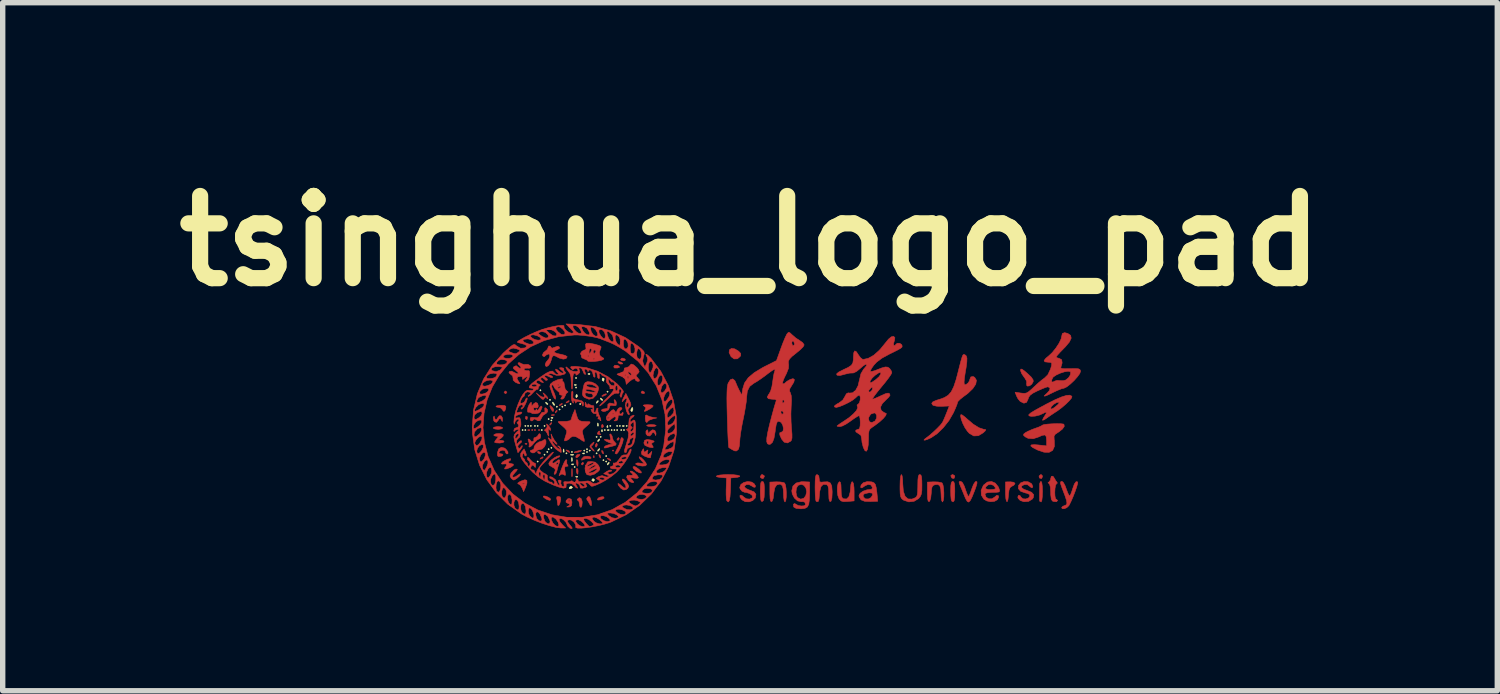
<source format=kicad_pcb>
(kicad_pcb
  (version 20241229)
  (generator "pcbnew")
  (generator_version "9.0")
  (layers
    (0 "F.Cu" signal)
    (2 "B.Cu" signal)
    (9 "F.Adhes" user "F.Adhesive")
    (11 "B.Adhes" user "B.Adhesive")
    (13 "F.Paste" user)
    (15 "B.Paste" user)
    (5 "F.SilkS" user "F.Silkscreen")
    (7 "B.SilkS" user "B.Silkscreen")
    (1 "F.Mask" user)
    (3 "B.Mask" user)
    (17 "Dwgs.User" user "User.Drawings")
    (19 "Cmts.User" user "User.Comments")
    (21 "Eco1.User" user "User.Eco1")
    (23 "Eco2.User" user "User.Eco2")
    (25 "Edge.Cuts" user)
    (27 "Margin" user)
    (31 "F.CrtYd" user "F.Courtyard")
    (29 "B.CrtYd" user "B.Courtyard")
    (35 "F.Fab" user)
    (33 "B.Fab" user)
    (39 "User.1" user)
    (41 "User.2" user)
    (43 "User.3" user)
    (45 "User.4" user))
  (footprint "tsinghua_logo_pad"
    (layer "F.Cu")
    (at 11.225 4.606)
    (property "Reference" "tsinghua_logo_pad" (at -0.368 -3.188 0) (layer "F.SilkS") (effects (font (size 1.524 1.524) (thickness 0.3))))
    (attr through_hole)
    (fp_poly (pts (xy -4.394 0.318) (xy -4.407 0.33) (xy -4.42 0.318) (xy -4.407 0.305) (xy -4.394 0.318)) (stroke (width 0.01) (type solid)) (fill yes) (layer "F.Cu"))
    (fp_poly (pts (xy -4.343 0.318) (xy -4.356 0.33) (xy -4.369 0.318) (xy -4.356 0.305) (xy -4.343 0.318)) (stroke (width 0.01) (type solid)) (fill yes) (layer "F.Cu"))
    (fp_poly (pts (xy -4.267 0.318) (xy -4.28 0.33) (xy -4.293 0.318) (xy -4.28 0.305) (xy -4.267 0.318)) (stroke (width 0.01) (type solid)) (fill yes) (layer "F.Cu"))
    (fp_poly (pts (xy -2.896 0.699) (xy -2.908 0.711) (xy -2.921 0.699) (xy -2.908 0.686) (xy -2.896 0.699)) (stroke (width 0.01) (type solid)) (fill yes) (layer "F.Cu"))
    (fp_poly (pts (xy -4.504 0.567) (xy -4.508 0.582) (xy -4.521 0.584) (xy -4.542 0.575) (xy -4.538 0.567) (xy -4.508 0.564) (xy -4.504 0.567)) (stroke (width 0.01) (type solid)) (fill yes) (layer "F.Cu"))
    (fp_poly (pts (xy -4.453 0.313) (xy -4.457 0.328) (xy -4.47 0.33) (xy -4.491 0.321) (xy -4.487 0.313) (xy -4.457 0.31) (xy -4.453 0.313)) (stroke (width 0.01) (type solid)) (fill yes) (layer "F.Cu"))
    (fp_poly (pts (xy -3.995 0.035) (xy -4.002 0.047) (xy -4.028 0.049) (xy -4.055 0.043) (xy -4.043 0.033) (xy -4.004 0.03) (xy -3.995 0.035)) (stroke (width 0.01) (type solid)) (fill yes) (layer "F.Cu"))
    (fp_poly (pts (xy -3.26 0.796) (xy -3.257 0.826) (xy -3.26 0.83) (xy -3.275 0.826) (xy -3.277 0.813) (xy -3.267 0.792) (xy -3.26 0.796)) (stroke (width 0.01) (type solid)) (fill yes) (layer "F.Cu"))
    (fp_poly (pts (xy -4.5 0.069) (xy -4.496 0.087) (xy -4.504 0.124) (xy -4.526 0.113) (xy -4.533 0.103) (xy -4.53 0.071) (xy -4.522 0.064) (xy -4.5 0.069)) (stroke (width 0.01) (type solid)) (fill yes) (layer "F.Cu"))
    (fp_poly (pts (xy -4.203 0.818) (xy -4.211 0.837) (xy -4.234 0.849) (xy -4.264 0.857) (xy -4.252 0.838) (xy -4.249 0.835) (xy -4.215 0.815) (xy -4.203 0.818)) (stroke (width 0.01) (type solid)) (fill yes) (layer "F.Cu"))
    (fp_poly (pts (xy -3.847 -0.173) (xy -3.855 -0.154) (xy -3.879 -0.141) (xy -3.908 -0.134) (xy -3.896 -0.152) (xy -3.893 -0.156) (xy -3.86 -0.176) (xy -3.847 -0.173)) (stroke (width 0.01) (type solid)) (fill yes) (layer "F.Cu"))
    (fp_poly (pts (xy -3.727 0.704) (xy -3.721 0.711) (xy -3.712 0.734) (xy -3.736 0.725) (xy -3.759 0.711) (xy -3.779 0.691) (xy -3.767 0.686) (xy -3.727 0.704)) (stroke (width 0.01) (type solid)) (fill yes) (layer "F.Cu"))
    (fp_poly (pts (xy -3.72 -0.224) (xy -3.728 -0.205) (xy -3.752 -0.192) (xy -3.781 -0.184) (xy -3.769 -0.203) (xy -3.766 -0.206) (xy -3.733 -0.226) (xy -3.72 -0.224)) (stroke (width 0.01) (type solid)) (fill yes) (layer "F.Cu"))
    (fp_poly (pts (xy -3.15 0.78) (xy -3.141 0.799) (xy -3.134 0.835) (xy -3.151 0.828) (xy -3.163 0.811) (xy -3.171 0.778) (xy -3.168 0.772) (xy -3.15 0.78)) (stroke (width 0.01) (type solid)) (fill yes) (layer "F.Cu"))
    (fp_poly (pts (xy -3.1 0.704) (xy -3.09 0.723) (xy -3.084 0.759) (xy -3.101 0.752) (xy -3.113 0.735) (xy -3.12 0.702) (xy -3.117 0.696) (xy -3.1 0.704)) (stroke (width 0.01) (type solid)) (fill yes) (layer "F.Cu"))
    (fp_poly (pts (xy -3.098 0.216) (xy -3.084 0.247) (xy -3.087 0.256) (xy -3.112 0.278) (xy -3.124 0.253) (xy -3.124 0.24) (xy -3.112 0.214) (xy -3.098 0.216)) (stroke (width 0.01) (type solid)) (fill yes) (layer "F.Cu"))
    (fp_poly (pts (xy -2.965 0.857) (xy -2.959 0.864) (xy -2.95 0.886) (xy -2.974 0.878) (xy -2.997 0.864) (xy -3.017 0.843) (xy -3.005 0.839) (xy -2.965 0.857)) (stroke (width 0.01) (type solid)) (fill yes) (layer "F.Cu"))
    (fp_poly (pts (xy -2.758 -0.941) (xy -2.729 -0.921) (xy -2.733 -0.908) (xy -2.774 -0.906) (xy -2.794 -0.915) (xy -2.82 -0.94) (xy -2.805 -0.951) (xy -2.758 -0.941)) (stroke (width 0.01) (type solid)) (fill yes) (layer "F.Cu"))
    (fp_poly (pts (xy -4.878 -0.387) (xy -4.877 -0.381) (xy -4.896 -0.356) (xy -4.902 -0.356) (xy -4.927 -0.375) (xy -4.928 -0.381) (xy -4.908 -0.406) (xy -4.902 -0.406) (xy -4.878 -0.387)) (stroke (width 0.01) (type solid)) (fill yes) (layer "F.Cu"))
    (fp_poly (pts (xy -4.26 0.73) (xy -4.255 0.737) (xy -4.256 0.76) (xy -4.264 0.762) (xy -4.3 0.743) (xy -4.305 0.737) (xy -4.304 0.713) (xy -4.296 0.711) (xy -4.26 0.73)) (stroke (width 0.01) (type solid)) (fill yes) (layer "F.Cu"))
    (fp_poly (pts (xy -4.047 0.194) (xy -4.051 0.203) (xy -4.075 0.227) (xy -4.08 0.229) (xy -4.081 0.212) (xy -4.077 0.203) (xy -4.053 0.179) (xy -4.048 0.178) (xy -4.047 0.194)) (stroke (width 0.01) (type solid)) (fill yes) (layer "F.Cu"))
    (fp_poly (pts (xy -4.042 -0.112) (xy -4.034 -0.104) (xy -4.007 -0.061) (xy -4.009 -0.033) (xy -4.03 -0.029) (xy -4.058 -0.07) (xy -4.08 -0.125) (xy -4.076 -0.138) (xy -4.042 -0.112)) (stroke (width 0.01) (type solid)) (fill yes) (layer "F.Cu"))
    (fp_poly (pts (xy -3.945 -0.034) (xy -3.95 -0.025) (xy -3.974 -0.001) (xy -3.978 0) (xy -3.98 -0.016) (xy -3.975 -0.025) (xy -3.951 -0.05) (xy -3.947 -0.051) (xy -3.945 -0.034)) (stroke (width 0.01) (type solid)) (fill yes) (layer "F.Cu"))
    (fp_poly (pts (xy -3.665 1.048) (xy -3.661 1.123) (xy -3.665 1.175) (xy -3.671 1.185) (xy -3.675 1.152) (xy -3.676 1.105) (xy -3.674 1.047) (xy -3.669 1.03) (xy -3.665 1.048)) (stroke (width 0.01) (type solid)) (fill yes) (layer "F.Cu"))
    (fp_poly (pts (xy -3.562 1.038) (xy -3.556 1.078) (xy -3.56 1.132) (xy -3.572 1.137) (xy -3.589 1.092) (xy -3.589 1.092) (xy -3.59 1.045) (xy -3.579 1.027) (xy -3.562 1.038)) (stroke (width 0.01) (type solid)) (fill yes) (layer "F.Cu"))
    (fp_poly (pts (xy -3.561 0.885) (xy -3.556 0.927) (xy -3.559 0.975) (xy -3.566 0.991) (xy -3.577 0.969) (xy -3.588 0.927) (xy -3.589 0.88) (xy -3.578 0.864) (xy -3.561 0.885)) (stroke (width 0.01) (type solid)) (fill yes) (layer "F.Cu"))
    (fp_poly (pts (xy -3.52 0.771) (xy -3.532 0.792) (xy -3.541 0.802) (xy -3.58 0.834) (xy -3.596 0.827) (xy -3.598 0.805) (xy -3.577 0.776) (xy -3.552 0.769) (xy -3.52 0.771)) (stroke (width 0.01) (type solid)) (fill yes) (layer "F.Cu"))
    (fp_poly (pts (xy -3.455 0.934) (xy -3.454 0.94) (xy -3.474 0.964) (xy -3.481 0.965) (xy -3.496 0.95) (xy -3.493 0.94) (xy -3.47 0.916) (xy -3.466 0.914) (xy -3.455 0.934)) (stroke (width 0.01) (type solid)) (fill yes) (layer "F.Cu"))
    (fp_poly (pts (xy -3.202 0.58) (xy -3.2 0.597) (xy -3.214 0.631) (xy -3.225 0.635) (xy -3.239 0.616) (xy -3.235 0.597) (xy -3.217 0.563) (xy -3.21 0.559) (xy -3.202 0.58)) (stroke (width 0.01) (type solid)) (fill yes) (layer "F.Cu"))
    (fp_poly (pts (xy -3.031 -0.344) (xy -3.048 -0.33) (xy -3.094 -0.309) (xy -3.111 -0.306) (xy -3.116 -0.316) (xy -3.099 -0.33) (xy -3.052 -0.352) (xy -3.035 -0.355) (xy -3.031 -0.344)) (stroke (width 0.01) (type solid)) (fill yes) (layer "F.Cu"))
    (fp_poly (pts (xy -2.832 -0.883) (xy -2.798 -0.867) (xy -2.786 -0.848) (xy -2.82 -0.834) (xy -2.83 -0.832) (xy -2.882 -0.833) (xy -2.896 -0.854) (xy -2.877 -0.884) (xy -2.832 -0.883)) (stroke (width 0.01) (type solid)) (fill yes) (layer "F.Cu"))
    (fp_poly (pts (xy -2.794 0.477) (xy -2.794 0.483) (xy -2.814 0.507) (xy -2.821 0.508) (xy -2.836 0.492) (xy -2.832 0.483) (xy -2.809 0.458) (xy -2.805 0.457) (xy -2.794 0.477)) (stroke (width 0.01) (type solid)) (fill yes) (layer "F.Cu"))
    (fp_poly (pts (xy -2.689 -1.001) (xy -2.68 -0.991) (xy -2.687 -0.971) (xy -2.716 -0.965) (xy -2.758 -0.976) (xy -2.769 -0.991) (xy -2.748 -1.013) (xy -2.732 -1.016) (xy -2.689 -1.001)) (stroke (width 0.01) (type solid)) (fill yes) (layer "F.Cu"))
    (fp_poly (pts (xy -2.329 -0.388) (xy -2.324 -0.381) (xy -2.33 -0.359) (xy -2.348 -0.356) (xy -2.383 -0.369) (xy -2.388 -0.381) (xy -2.369 -0.406) (xy -2.364 -0.406) (xy -2.329 -0.388)) (stroke (width 0.01) (type solid)) (fill yes) (layer "F.Cu"))
    (fp_poly (pts (xy -0.106 1.163) (xy -0.102 1.181) (xy -0.122 1.215) (xy -0.14 1.219) (xy -0.173 1.199) (xy -0.178 1.181) (xy -0.157 1.147) (xy -0.14 1.143) (xy -0.106 1.163)) (stroke (width 0.01) (type solid)) (fill yes) (layer "F.Cu"))
    (fp_poly (pts (xy 3.425 1.163) (xy 3.429 1.181) (xy 3.414 1.216) (xy 3.378 1.21) (xy 3.37 1.202) (xy 3.354 1.165) (xy 3.38 1.144) (xy 3.391 1.143) (xy 3.425 1.163)) (stroke (width 0.01) (type solid)) (fill yes) (layer "F.Cu"))
    (fp_poly (pts (xy 5.052 1.164) (xy 5.055 1.181) (xy 5.039 1.216) (xy 5.004 1.21) (xy 4.996 1.203) (xy 4.991 1.171) (xy 5.017 1.146) (xy 5.031 1.143) (xy 5.052 1.164)) (stroke (width 0.01) (type solid)) (fill yes) (layer "F.Cu"))
    (fp_poly (pts (xy -4.12 1.558) (xy -4.077 1.584) (xy -4.064 1.604) (xy -4.078 1.623) (xy -4.123 1.611) (xy -4.16 1.592) (xy -4.197 1.563) (xy -4.202 1.543) (xy -4.17 1.541) (xy -4.12 1.558)) (stroke (width 0.01) (type solid)) (fill yes) (layer "F.Cu"))
    (fp_poly (pts (xy -3.08 1.56) (xy -3.073 1.579) (xy -3.103 1.598) (xy -3.143 1.611) (xy -3.188 1.616) (xy -3.2 1.604) (xy -3.179 1.577) (xy -3.134 1.558) (xy -3.091 1.554) (xy -3.08 1.56)) (stroke (width 0.01) (type solid)) (fill yes) (layer "F.Cu"))
    (fp_poly (pts (xy -3.159 0.35) (xy -3.156 0.381) (xy -3.143 0.39) (xy -3.134 0.401) (xy -3.156 0.404) (xy -3.194 0.395) (xy -3.2 0.382) (xy -3.182 0.349) (xy -3.171 0.34) (xy -3.154 0.337) (xy -3.159 0.35)) (stroke (width 0.01) (type solid)) (fill yes) (layer "F.Cu"))
    (fp_poly (pts (xy -3.885 1.559) (xy -3.877 1.596) (xy -3.881 1.626) (xy -3.896 1.684) (xy -3.915 1.716) (xy -3.932 1.713) (xy -3.937 1.68) (xy -3.945 1.616) (xy -3.952 1.59) (xy -3.95 1.557) (xy -3.919 1.549) (xy -3.885 1.559)) (stroke (width 0.01) (type solid)) (fill yes) (layer "F.Cu"))
    (fp_poly (pts (xy -3.495 0.702) (xy -3.505 0.71) (xy -3.541 0.725) (xy -3.587 0.735) (xy -3.623 0.738) (xy -3.632 0.73) (xy -3.63 0.727) (xy -3.6 0.716) (xy -3.543 0.701) (xy -3.543 0.701) (xy -3.497 0.694) (xy -3.495 0.702)) (stroke (width 0.01) (type solid)) (fill yes) (layer "F.Cu"))
    (fp_poly (pts (xy -2.483 1.006) (xy -2.431 1.044) (xy -2.421 1.053) (xy -2.383 1.095) (xy -2.386 1.115) (xy -2.42 1.11) (xy -2.479 1.078) (xy -2.483 1.075) (xy -2.527 1.034) (xy -2.539 1.003) (xy -2.516 0.991) (xy -2.483 1.006)) (stroke (width 0.01) (type solid)) (fill yes) (layer "F.Cu"))
    (fp_poly (pts (xy -4.983 0.26) (xy -4.954 0.276) (xy -4.953 0.279) (xy -4.975 0.296) (xy -5.03 0.305) (xy -5.042 0.305) (xy -5.101 0.298) (xy -5.13 0.283) (xy -5.131 0.279) (xy -5.108 0.263) (xy -5.054 0.254) (xy -5.042 0.254) (xy -4.983 0.26)) (stroke (width 0.01) (type solid)) (fill yes) (layer "F.Cu"))
    (fp_poly (pts (xy -3.334 1.571) (xy -3.316 1.621) (xy -3.306 1.677) (xy -3.309 1.716) (xy -3.312 1.72) (xy -3.33 1.712) (xy -3.344 1.686) (xy -3.37 1.639) (xy -3.386 1.622) (xy -3.397 1.592) (xy -3.378 1.559) (xy -3.353 1.549) (xy -3.334 1.571)) (stroke (width 0.01) (type solid)) (fill yes) (layer "F.Cu"))
    (fp_poly (pts (xy -2.138 0.221) (xy -2.109 0.232) (xy -2.108 0.235) (xy -2.131 0.248) (xy -2.185 0.254) (xy -2.197 0.254) (xy -2.256 0.249) (xy -2.285 0.237) (xy -2.286 0.235) (xy -2.264 0.222) (xy -2.209 0.216) (xy -2.197 0.216) (xy -2.138 0.221)) (stroke (width 0.01) (type solid)) (fill yes) (layer "F.Cu"))
    (fp_poly (pts (xy -0.651 -1.187) (xy -0.581 -1.145) (xy -0.541 -1.103) (xy -0.54 -1.066) (xy -0.549 -1.049) (xy -0.601 -1.003) (xy -0.663 -1.001) (xy -0.719 -1.042) (xy -0.721 -1.046) (xy -0.756 -1.118) (xy -0.75 -1.17) (xy -0.712 -1.195) (xy -0.651 -1.187)) (stroke (width 0.01) (type solid)) (fill yes) (layer "F.Cu"))
    (fp_poly (pts (xy -3.502 1.585) (xy -3.482 1.635) (xy -3.48 1.664) (xy -3.486 1.722) (xy -3.502 1.752) (xy -3.505 1.753) (xy -3.524 1.731) (xy -3.531 1.689) (xy -3.54 1.641) (xy -3.558 1.626) (xy -3.573 1.61) (xy -3.569 1.6) (xy -3.534 1.571) (xy -3.502 1.585)) (stroke (width 0.01) (type solid)) (fill yes) (layer "F.Cu"))
    (fp_poly (pts (xy -3.331 0.814) (xy -3.314 0.834) (xy -3.316 0.84) (xy -3.347 0.852) (xy -3.364 0.848) (xy -3.413 0.848) (xy -3.452 0.862) (xy -3.489 0.878) (xy -3.493 0.862) (xy -3.49 0.853) (xy -3.455 0.815) (xy -3.433 0.807) (xy -3.377 0.803) (xy -3.331 0.814)) (stroke (width 0.01) (type solid)) (fill yes) (layer "F.Cu"))
    (fp_poly (pts (xy -4.92 -0.138) (xy -4.896 -0.122) (xy -4.897 -0.086) (xy -4.897 -0.083) (xy -4.916 -0.034) (xy -4.942 -0.032) (xy -4.962 -0.064) (xy -4.997 -0.095) (xy -5.028 -0.102) (xy -5.07 -0.11) (xy -5.08 -0.121) (xy -5.058 -0.134) (xy -5.002 -0.14) (xy -4.983 -0.141) (xy -4.92 -0.138)) (stroke (width 0.01) (type solid)) (fill yes) (layer "F.Cu"))
    (fp_poly (pts (xy -3.259 0.546) (xy -3.266 0.567) (xy -3.292 0.603) (xy -3.309 0.61) (xy -3.314 0.625) (xy -3.289 0.66) (xy -3.26 0.697) (xy -3.256 0.711) (xy -3.281 0.695) (xy -3.311 0.665) (xy -3.338 0.628) (xy -3.329 0.599) (xy -3.301 0.571) (xy -3.266 0.541) (xy -3.259 0.546)) (stroke (width 0.01) (type solid)) (fill yes) (layer "F.Cu"))
    (fp_poly (pts (xy -2.191 -0.147) (xy -2.163 -0.131) (xy -2.185 -0.101) (xy -2.233 -0.069) (xy -2.299 -0.034) (xy -2.329 -0.029) (xy -2.32 -0.052) (xy -2.313 -0.061) (xy -2.299 -0.096) (xy -2.329 -0.124) (xy -2.349 -0.141) (xy -2.33 -0.149) (xy -2.267 -0.152) (xy -2.267 -0.152) (xy -2.191 -0.147)) (stroke (width 0.01) (type solid)) (fill yes) (layer "F.Cu"))
    (fp_poly (pts (xy -2.28 0.045) (xy -2.232 0.068) (xy -2.172 0.082) (xy -2.095 0.093) (xy -2.178 0.113) (xy -2.234 0.133) (xy -2.26 0.154) (xy -2.261 0.156) (xy -2.28 0.177) (xy -2.286 0.178) (xy -2.304 0.156) (xy -2.311 0.102) (xy -2.311 0.098) (xy -2.307 0.047) (xy -2.29 0.038) (xy -2.28 0.045)) (stroke (width 0.01) (type solid)) (fill yes) (layer "F.Cu"))
    (fp_poly (pts (xy -2.385 0.831) (xy -2.339 0.875) (xy -2.3 0.925) (xy -2.286 0.96) (xy -2.308 0.982) (xy -2.365 0.986) (xy -2.445 0.973) (xy -2.486 0.954) (xy -2.485 0.936) (xy -2.448 0.927) (xy -2.407 0.931) (xy -2.324 0.947) (xy -2.386 0.88) (xy -2.419 0.837) (xy -2.425 0.814) (xy -2.422 0.813) (xy -2.385 0.831)) (stroke (width 0.01) (type solid)) (fill yes) (layer "F.Cu"))
    (fp_poly (pts (xy -0.119 1.281) (xy -0.107 1.318) (xy -0.102 1.393) (xy -0.102 1.446) (xy -0.106 1.561) (xy -0.121 1.627) (xy -0.145 1.644) (xy -0.162 1.633) (xy -0.17 1.602) (xy -0.176 1.534) (xy -0.178 1.444) (xy -0.178 1.444) (xy -0.175 1.348) (xy -0.167 1.294) (xy -0.151 1.272) (xy -0.14 1.27) (xy -0.119 1.281)) (stroke (width 0.01) (type solid)) (fill yes) (layer "F.Cu"))
    (fp_poly (pts (xy 3.411 1.28) (xy 3.423 1.316) (xy 3.428 1.387) (xy 3.429 1.46) (xy 3.426 1.569) (xy 3.416 1.63) (xy 3.397 1.65) (xy 3.37 1.634) (xy 3.361 1.602) (xy 3.355 1.534) (xy 3.353 1.444) (xy 3.353 1.444) (xy 3.355 1.348) (xy 3.364 1.294) (xy 3.38 1.272) (xy 3.391 1.27) (xy 3.411 1.28)) (stroke (width 0.01) (type solid)) (fill yes) (layer "F.Cu"))
    (fp_poly (pts (xy 4.523 1.286) (xy 4.546 1.31) (xy 4.522 1.342) (xy 4.489 1.359) (xy 4.454 1.384) (xy 4.435 1.428) (xy 4.425 1.506) (xy 4.425 1.518) (xy 4.415 1.605) (xy 4.402 1.645) (xy 4.388 1.64) (xy 4.376 1.594) (xy 4.369 1.508) (xy 4.369 1.466) (xy 4.369 1.28) (xy 4.458 1.278) (xy 4.523 1.286)) (stroke (width 0.01) (type solid)) (fill yes) (layer "F.Cu"))
    (fp_poly (pts (xy 5.042 1.294) (xy 5.051 1.358) (xy 5.055 1.452) (xy 5.055 1.46) (xy 5.051 1.556) (xy 5.043 1.623) (xy 5.03 1.651) (xy 5.029 1.651) (xy 5.002 1.636) (xy 5.001 1.632) (xy 5 1.597) (xy 4.999 1.529) (xy 5 1.447) (xy 5.001 1.368) (xy 5.002 1.314) (xy 5.016 1.277) (xy 5.029 1.27) (xy 5.042 1.294)) (stroke (width 0.01) (type solid)) (fill yes) (layer "F.Cu"))
    (fp_poly (pts (xy -2.72 0.478) (xy -2.718 0.493) (xy -2.728 0.543) (xy -2.753 0.611) (xy -2.785 0.681) (xy -2.818 0.736) (xy -2.842 0.762) (xy -2.844 0.762) (xy -2.869 0.752) (xy -2.87 0.749) (xy -2.859 0.721) (xy -2.832 0.665) (xy -2.819 0.642) (xy -2.787 0.571) (xy -2.77 0.513) (xy -2.769 0.502) (xy -2.757 0.464) (xy -2.743 0.457) (xy -2.72 0.478)) (stroke (width 0.01) (type solid)) (fill yes) (layer "F.Cu"))
    (fp_poly (pts (xy 3.567 0.039) (xy 3.615 0.075) (xy 3.664 0.119) (xy 3.772 0.21) (xy 3.874 0.274) (xy 3.962 0.304) (xy 3.98 0.306) (xy 4.004 0.312) (xy 3.992 0.334) (xy 3.955 0.369) (xy 3.866 0.423) (xy 3.781 0.427) (xy 3.699 0.38) (xy 3.663 0.341) (xy 3.617 0.274) (xy 3.577 0.194) (xy 3.548 0.117) (xy 3.536 0.057) (xy 3.542 0.031) (xy 3.567 0.039)) (stroke (width 0.01) (type solid)) (fill yes) (layer "F.Cu"))
    (fp_poly (pts (xy 4.675 -0.81) (xy 4.72 -0.778) (xy 4.772 -0.734) (xy 4.846 -0.664) (xy 4.881 -0.612) (xy 4.883 -0.58) (xy 4.856 -0.533) (xy 4.815 -0.502) (xy 4.776 -0.497) (xy 4.763 -0.508) (xy 4.759 -0.551) (xy 4.763 -0.559) (xy 4.758 -0.593) (xy 4.727 -0.646) (xy 4.714 -0.663) (xy 4.671 -0.725) (xy 4.649 -0.781) (xy 4.648 -0.791) (xy 4.654 -0.813) (xy 4.675 -0.81)) (stroke (width 0.01) (type solid)) (fill yes) (layer "F.Cu"))
    (fp_poly (pts (xy -4.981 0.055) (xy -4.958 0.094) (xy -4.956 0.121) (xy -4.961 0.159) (xy -4.97 0.15) (xy -4.971 0.146) (xy -4.994 0.106) (xy -5.023 0.113) (xy -5.038 0.14) (xy -5.069 0.175) (xy -5.106 0.165) (xy -5.121 0.141) (xy -5.127 0.087) (xy -5.123 0.071) (xy -5.111 0.06) (xy -5.107 0.083) (xy -5.092 0.122) (xy -5.064 0.119) (xy -5.045 0.089) (xy -5.015 0.052) (xy -4.981 0.055)) (stroke (width 0.01) (type solid)) (fill yes) (layer "F.Cu"))
    (fp_poly (pts (xy -4.506 1.251) (xy -4.504 1.301) (xy -4.529 1.375) (xy -4.566 1.46) (xy -4.593 1.393) (xy -4.627 1.34) (xy -4.663 1.317) (xy -4.677 1.304) (xy -4.677 1.304) (xy -4.589 1.304) (xy -4.585 1.319) (xy -4.572 1.321) (xy -4.551 1.312) (xy -4.555 1.304) (xy -4.585 1.301) (xy -4.589 1.304) (xy -4.677 1.304) (xy -4.643 1.279) (xy -4.613 1.264) (xy -4.542 1.239) (xy -4.506 1.251)) (stroke (width 0.01) (type solid)) (fill yes) (layer "F.Cu"))
    (fp_poly (pts (xy -4.128 0.213) (xy -4.107 0.233) (xy -4.073 0.28) (xy -4.064 0.309) (xy -4.071 0.327) (xy -4.092 0.305) (xy -4.108 0.29) (xy -4.11 0.317) (xy -4.105 0.349) (xy -4.098 0.411) (xy -4.104 0.43) (xy -4.119 0.405) (xy -4.128 0.381) (xy -4.153 0.34) (xy -4.174 0.329) (xy -4.181 0.319) (xy -4.16 0.303) (xy -4.13 0.263) (xy -4.133 0.234) (xy -4.143 0.205) (xy -4.128 0.213)) (stroke (width 0.01) (type solid)) (fill yes) (layer "F.Cu"))
    (fp_poly (pts (xy -2.134 0.323) (xy -2.112 0.37) (xy -2.111 0.387) (xy -2.116 0.421) (xy -2.124 0.407) (xy -2.126 0.4) (xy -2.149 0.36) (xy -2.179 0.367) (xy -2.194 0.394) (xy -2.226 0.428) (xy -2.269 0.423) (xy -2.297 0.389) (xy -2.298 0.34) (xy -2.287 0.321) (xy -2.265 0.314) (xy -2.26 0.344) (xy -2.257 0.378) (xy -2.242 0.371) (xy -2.223 0.346) (xy -2.176 0.313) (xy -2.134 0.323)) (stroke (width 0.01) (type solid)) (fill yes) (layer "F.Cu"))
    (fp_poly (pts (xy -4.151 0.517) (xy -4.152 0.569) (xy -4.179 0.626) (xy -4.222 0.669) (xy -4.262 0.68) (xy -4.311 0.691) (xy -4.331 0.711) (xy -4.373 0.741) (xy -4.401 0.742) (xy -4.439 0.722) (xy -4.44 0.697) (xy -4.405 0.686) (xy -4.375 0.671) (xy -4.375 0.656) (xy -4.365 0.616) (xy -4.329 0.571) (xy -4.282 0.539) (xy -4.26 0.533) (xy -4.213 0.517) (xy -4.197 0.504) (xy -4.169 0.49) (xy -4.151 0.517)) (stroke (width 0.01) (type solid)) (fill yes) (layer "F.Cu"))
    (fp_poly (pts (xy -4.918 0.653) (xy -4.893 0.674) (xy -4.857 0.721) (xy -4.856 0.754) (xy -4.877 0.762) (xy -4.899 0.741) (xy -4.902 0.722) (xy -4.921 0.695) (xy -4.962 0.691) (xy -5.004 0.707) (xy -5.024 0.732) (xy -5.015 0.757) (xy -4.995 0.757) (xy -4.957 0.764) (xy -4.948 0.775) (xy -4.963 0.797) (xy -4.999 0.808) (xy -5.039 0.808) (xy -5.052 0.783) (xy -5.05 0.732) (xy -5.026 0.665) (xy -4.978 0.637) (xy -4.918 0.653)) (stroke (width 0.01) (type solid)) (fill yes) (layer "F.Cu"))
    (fp_poly (pts (xy -4.683 1.047) (xy -4.694 1.071) (xy -4.72 1.1) (xy -4.758 1.146) (xy -4.775 1.176) (xy -4.775 1.176) (xy -4.758 1.194) (xy -4.716 1.184) (xy -4.669 1.152) (xy -4.635 1.13) (xy -4.623 1.138) (xy -4.642 1.17) (xy -4.685 1.209) (xy -4.731 1.239) (xy -4.752 1.245) (xy -4.78 1.227) (xy -4.8 1.207) (xy -4.818 1.169) (xy -4.802 1.123) (xy -4.79 1.105) (xy -4.747 1.059) (xy -4.707 1.041) (xy -4.683 1.047)) (stroke (width 0.01) (type solid)) (fill yes) (layer "F.Cu"))
    (fp_poly (pts (xy -3.763 0.882) (xy -3.767 0.899) (xy -3.764 0.946) (xy -3.752 0.962) (xy -3.741 0.985) (xy -3.77 0.991) (xy -3.799 0.998) (xy -3.806 1.029) (xy -3.798 1.084) (xy -3.789 1.143) (xy -3.796 1.16) (xy -3.816 1.148) (xy -3.856 1.132) (xy -3.885 1.15) (xy -3.908 1.165) (xy -3.908 1.156) (xy -3.894 1.119) (xy -3.869 1.052) (xy -3.848 0.997) (xy -3.817 0.924) (xy -3.79 0.876) (xy -3.776 0.864) (xy -3.763 0.882)) (stroke (width 0.01) (type solid)) (fill yes) (layer "F.Cu"))
    (fp_poly (pts (xy -4.967 0.389) (xy -4.941 0.405) (xy -4.949 0.435) (xy -4.984 0.468) (xy -5.041 0.508) (xy -4.984 0.508) (xy -4.94 0.518) (xy -4.928 0.533) (xy -4.95 0.55) (xy -5.005 0.559) (xy -5.016 0.559) (xy -5.075 0.555) (xy -5.105 0.544) (xy -5.105 0.542) (xy -5.09 0.512) (xy -5.063 0.478) (xy -5.036 0.444) (xy -5.049 0.433) (xy -5.078 0.432) (xy -5.115 0.423) (xy -5.118 0.406) (xy -5.082 0.388) (xy -5.023 0.382) (xy -4.967 0.389)) (stroke (width 0.01) (type solid)) (fill yes) (layer "F.Cu"))
    (fp_poly (pts (xy -4.805 0.853) (xy -4.808 0.875) (xy -4.82 0.882) (xy -4.85 0.907) (xy -4.838 0.931) (xy -4.801 0.94) (xy -4.757 0.95) (xy -4.758 0.974) (xy -4.802 1.006) (xy -4.814 1.012) (xy -4.88 1.037) (xy -4.917 1.04) (xy -4.917 1.022) (xy -4.907 1.011) (xy -4.879 0.968) (xy -4.891 0.945) (xy -4.928 0.947) (xy -4.968 0.949) (xy -4.978 0.938) (xy -4.958 0.911) (xy -4.911 0.881) (xy -4.856 0.857) (xy -4.814 0.849) (xy -4.805 0.853)) (stroke (width 0.01) (type solid)) (fill yes) (layer "F.Cu"))
    (fp_poly (pts (xy -4.187 -0.358) (xy -4.172 -0.345) (xy -4.131 -0.302) (xy -4.115 -0.269) (xy -4.126 -0.262) (xy -4.138 -0.276) (xy -4.16 -0.296) (xy -4.182 -0.271) (xy -4.183 -0.269) (xy -4.202 -0.248) (xy -4.228 -0.258) (xy -4.272 -0.301) (xy -4.281 -0.311) (xy -4.323 -0.358) (xy -4.331 -0.37) (xy -4.307 -0.35) (xy -4.288 -0.334) (xy -4.234 -0.299) (xy -4.193 -0.291) (xy -4.176 -0.308) (xy -4.194 -0.349) (xy -4.196 -0.352) (xy -4.208 -0.372) (xy -4.187 -0.358)) (stroke (width 0.01) (type solid)) (fill yes) (layer "F.Cu"))
    (fp_poly (pts (xy -2.708 1.231) (xy -2.672 1.264) (xy -2.637 1.311) (xy -2.618 1.356) (xy -2.617 1.364) (xy -2.636 1.4) (xy -2.663 1.42) (xy -2.71 1.43) (xy -2.76 1.4) (xy -2.765 1.395) (xy -2.804 1.349) (xy -2.819 1.315) (xy -2.804 1.31) (xy -2.766 1.337) (xy -2.761 1.342) (xy -2.715 1.38) (xy -2.685 1.397) (xy -2.684 1.397) (xy -2.667 1.38) (xy -2.677 1.338) (xy -2.709 1.291) (xy -2.735 1.249) (xy -2.733 1.226) (xy -2.708 1.231)) (stroke (width 0.01) (type solid)) (fill yes) (layer "F.Cu"))
    (fp_poly (pts (xy -2.337 0.688) (xy -2.337 0.695) (xy -2.332 0.727) (xy -2.307 0.718) (xy -2.294 0.708) (xy -2.263 0.687) (xy -2.262 0.702) (xy -2.267 0.715) (xy -2.273 0.762) (xy -2.251 0.771) (xy -2.217 0.743) (xy -2.19 0.713) (xy -2.189 0.724) (xy -2.195 0.745) (xy -2.208 0.796) (xy -2.21 0.815) (xy -2.217 0.833) (xy -2.245 0.831) (xy -2.307 0.809) (xy -2.318 0.805) (xy -2.374 0.772) (xy -2.383 0.729) (xy -2.362 0.686) (xy -2.343 0.663) (xy -2.337 0.688)) (stroke (width 0.01) (type solid)) (fill yes) (layer "F.Cu"))
    (fp_poly (pts (xy -3.684 1.6) (xy -3.671 1.645) (xy -3.67 1.664) (xy -3.678 1.719) (xy -3.709 1.741) (xy -3.734 1.745) (xy -3.767 1.744) (xy -3.753 1.736) (xy -3.753 1.736) (xy -3.715 1.713) (xy -3.714 1.687) (xy -3.748 1.676) (xy -3.779 1.658) (xy -3.78 1.632) (xy -3.775 1.626) (xy -3.734 1.626) (xy -3.725 1.647) (xy -3.717 1.643) (xy -3.714 1.612) (xy -3.717 1.609) (xy -3.732 1.612) (xy -3.734 1.626) (xy -3.775 1.626) (xy -3.751 1.595) (xy -3.721 1.587) (xy -3.684 1.6)) (stroke (width 0.01) (type solid)) (fill yes) (layer "F.Cu"))
    (fp_poly (pts (xy -2.197 0.505) (xy -2.149 0.522) (xy -2.146 0.536) (xy -2.166 0.546) (xy -2.196 0.569) (xy -2.181 0.6) (xy -2.161 0.635) (xy -2.178 0.645) (xy -2.238 0.635) (xy -2.254 0.63) (xy -2.317 0.602) (xy -2.337 0.558) (xy -2.337 0.557) (xy -2.333 0.545) (xy -2.286 0.545) (xy -2.278 0.581) (xy -2.256 0.57) (xy -2.249 0.561) (xy -2.252 0.528) (xy -2.26 0.521) (xy -2.282 0.526) (xy -2.286 0.545) (xy -2.333 0.545) (xy -2.321 0.507) (xy -2.271 0.492) (xy -2.197 0.505)) (stroke (width 0.01) (type solid)) (fill yes) (layer "F.Cu"))
    (fp_poly (pts (xy -0.675 1.146) (xy -0.602 1.155) (xy -0.561 1.167) (xy -0.558 1.181) (xy -0.597 1.193) (xy -0.641 1.199) (xy -0.724 1.206) (xy -0.731 1.429) (xy -0.739 1.552) (xy -0.752 1.625) (xy -0.771 1.651) (xy -0.796 1.631) (xy -0.8 1.625) (xy -0.807 1.589) (xy -0.811 1.517) (xy -0.811 1.422) (xy -0.81 1.403) (xy -0.804 1.206) (xy -0.897 1.199) (xy -0.969 1.189) (xy -0.994 1.176) (xy -0.978 1.163) (xy -0.926 1.152) (xy -0.843 1.145) (xy -0.775 1.143) (xy -0.675 1.146)) (stroke (width 0.01) (type solid)) (fill yes) (layer "F.Cu"))
    (fp_poly (pts (xy -4.256 0.396) (xy -4.249 0.432) (xy -4.26 0.473) (xy -4.281 0.483) (xy -4.318 0.502) (xy -4.365 0.548) (xy -4.373 0.559) (xy -4.417 0.609) (xy -4.452 0.634) (xy -4.468 0.628) (xy -4.463 0.603) (xy -4.464 0.556) (xy -4.475 0.527) (xy -4.484 0.489) (xy -4.471 0.483) (xy -4.446 0.501) (xy -4.445 0.508) (xy -4.424 0.53) (xy -4.404 0.533) (xy -4.375 0.518) (xy -4.378 0.495) (xy -4.374 0.463) (xy -4.355 0.457) (xy -4.313 0.437) (xy -4.302 0.419) (xy -4.277 0.384) (xy -4.256 0.396)) (stroke (width 0.01) (type solid)) (fill yes) (layer "F.Cu"))
    (fp_poly (pts (xy -4.123 -0.063) (xy -4.123 -0.019) (xy -4.155 0.015) (xy -4.164 0.018) (xy -4.211 0.051) (xy -4.232 0.092) (xy -4.261 0.143) (xy -4.304 0.147) (xy -4.335 0.125) (xy -4.366 0.111) (xy -4.38 0.125) (xy -4.413 0.151) (xy -4.44 0.136) (xy -4.445 0.111) (xy -4.434 0.084) (xy -4.393 0.081) (xy -4.368 0.085) (xy -4.31 0.089) (xy -4.276 0.064) (xy -4.262 0.037) (xy -4.227 -0.009) (xy -4.196 -0.013) (xy -4.171 -0.015) (xy -4.173 -0.052) (xy -4.174 -0.091) (xy -4.157 -0.095) (xy -4.123 -0.063)) (stroke (width 0.01) (type solid)) (fill yes) (layer "F.Cu"))
    (fp_poly (pts (xy -2.95 0.391) (xy -2.925 0.43) (xy -2.921 0.456) (xy -2.903 0.51) (xy -2.883 0.533) (xy -2.848 0.574) (xy -2.862 0.6) (xy -2.915 0.616) (xy -2.984 0.632) (xy -3.029 0.647) (xy -3.066 0.651) (xy -3.073 0.637) (xy -3.051 0.613) (xy -2.998 0.593) (xy -2.995 0.593) (xy -2.916 0.577) (xy -2.995 0.544) (xy -3.053 0.514) (xy -3.071 0.495) (xy -3.046 0.491) (xy -3.009 0.498) (xy -2.964 0.505) (xy -2.953 0.485) (xy -2.962 0.444) (xy -2.969 0.396) (xy -2.953 0.39) (xy -2.95 0.391)) (stroke (width 0.01) (type solid)) (fill yes) (layer "F.Cu"))
    (fp_poly (pts (xy -2.873 -0.243) (xy -2.85 -0.206) (xy -2.845 -0.174) (xy -2.853 -0.137) (xy -2.889 -0.133) (xy -2.908 -0.137) (xy -2.956 -0.142) (xy -2.971 -0.117) (xy -2.972 -0.105) (xy -2.994 -0.055) (xy -3.055 -0.028) (xy -3.088 -0.025) (xy -3.121 -0.04) (xy -3.124 -0.051) (xy -3.102 -0.07) (xy -3.058 -0.076) (xy -3.01 -0.085) (xy -3.005 -0.111) (xy -3.004 -0.159) (xy -2.97 -0.184) (xy -2.917 -0.175) (xy -2.915 -0.174) (xy -2.88 -0.161) (xy -2.877 -0.182) (xy -2.883 -0.204) (xy -2.889 -0.243) (xy -2.873 -0.243)) (stroke (width 0.01) (type solid)) (fill yes) (layer "F.Cu"))
    (fp_poly (pts (xy -2.557 1.081) (xy -2.513 1.109) (xy -2.469 1.149) (xy -2.442 1.189) (xy -2.438 1.201) (xy -2.46 1.214) (xy -2.514 1.21) (xy -2.519 1.209) (xy -2.572 1.2) (xy -2.582 1.209) (xy -2.556 1.241) (xy -2.553 1.244) (xy -2.524 1.281) (xy -2.532 1.295) (xy -2.545 1.295) (xy -2.59 1.278) (xy -2.627 1.246) (xy -2.656 1.195) (xy -2.645 1.16) (xy -2.602 1.153) (xy -2.589 1.156) (xy -2.549 1.156) (xy -2.542 1.133) (xy -2.572 1.11) (xy -2.59 1.089) (xy -2.584 1.079) (xy -2.557 1.081)) (stroke (width 0.01) (type solid)) (fill yes) (layer "F.Cu"))
    (fp_poly (pts (xy 5.276 1.213) (xy 5.304 1.262) (xy 5.319 1.278) (xy 5.331 1.302) (xy 5.315 1.312) (xy 5.298 1.341) (xy 5.287 1.4) (xy 5.283 1.473) (xy 5.286 1.541) (xy 5.296 1.589) (xy 5.309 1.6) (xy 5.333 1.62) (xy 5.334 1.626) (xy 5.314 1.647) (xy 5.263 1.642) (xy 5.239 1.634) (xy 5.218 1.6) (xy 5.208 1.521) (xy 5.207 1.473) (xy 5.201 1.377) (xy 5.186 1.321) (xy 5.175 1.31) (xy 5.157 1.294) (xy 5.175 1.281) (xy 5.202 1.246) (xy 5.207 1.217) (xy 5.22 1.175) (xy 5.249 1.174) (xy 5.276 1.213)) (stroke (width 0.01) (type solid)) (fill yes) (layer "F.Cu"))
    (fp_poly (pts (xy 1.308 1.286) (xy 1.318 1.334) (xy 1.321 1.421) (xy 1.324 1.513) (xy 1.336 1.566) (xy 1.359 1.591) (xy 1.362 1.592) (xy 1.423 1.596) (xy 1.465 1.554) (xy 1.489 1.466) (xy 1.494 1.412) (xy 1.503 1.322) (xy 1.519 1.28) (xy 1.532 1.277) (xy 1.55 1.309) (xy 1.56 1.387) (xy 1.562 1.459) (xy 1.562 1.632) (xy 1.442 1.642) (xy 1.366 1.645) (xy 1.321 1.633) (xy 1.288 1.599) (xy 1.282 1.59) (xy 1.26 1.532) (xy 1.25 1.454) (xy 1.251 1.374) (xy 1.264 1.309) (xy 1.288 1.276) (xy 1.289 1.276) (xy 1.308 1.286)) (stroke (width 0.01) (type solid)) (fill yes) (layer "F.Cu"))
    (fp_poly (pts (xy 3.84 1.279) (xy 3.839 1.313) (xy 3.819 1.379) (xy 3.798 1.437) (xy 3.751 1.554) (xy 3.716 1.625) (xy 3.687 1.654) (xy 3.66 1.642) (xy 3.632 1.594) (xy 3.618 1.562) (xy 3.582 1.474) (xy 3.545 1.384) (xy 3.543 1.381) (xy 3.516 1.314) (xy 3.508 1.281) (xy 3.519 1.271) (xy 3.542 1.27) (xy 3.572 1.294) (xy 3.605 1.358) (xy 3.623 1.41) (xy 3.649 1.485) (xy 3.672 1.536) (xy 3.683 1.549) (xy 3.699 1.527) (xy 3.723 1.47) (xy 3.743 1.41) (xy 3.776 1.326) (xy 3.808 1.278) (xy 3.824 1.27) (xy 3.84 1.279)) (stroke (width 0.01) (type solid)) (fill yes) (layer "F.Cu"))
    (fp_poly (pts (xy -3.65 -0.385) (xy -3.652 -0.333) (xy -3.654 -0.286) (xy -3.636 -0.261) (xy -3.583 -0.246) (xy -3.558 -0.242) (xy -3.488 -0.224) (xy -3.458 -0.197) (xy -3.454 -0.176) (xy -3.46 -0.135) (xy -3.467 -0.127) (xy -3.479 -0.148) (xy -3.48 -0.162) (xy -3.499 -0.195) (xy -3.541 -0.212) (xy -3.58 -0.207) (xy -3.591 -0.194) (xy -3.602 -0.181) (xy -3.605 -0.197) (xy -3.624 -0.226) (xy -3.634 -0.229) (xy -3.648 -0.213) (xy -3.642 -0.199) (xy -3.639 -0.182) (xy -3.654 -0.188) (xy -3.671 -0.22) (xy -3.681 -0.277) (xy -3.682 -0.34) (xy -3.676 -0.389) (xy -3.662 -0.406) (xy -3.65 -0.385)) (stroke (width 0.01) (type solid)) (fill yes) (layer "F.Cu"))
    (fp_poly (pts (xy 0.198 1.281) (xy 0.258 1.293) (xy 0.273 1.3) (xy 0.289 1.336) (xy 0.3 1.401) (xy 0.305 1.481) (xy 0.304 1.559) (xy 0.296 1.621) (xy 0.282 1.65) (xy 0.279 1.651) (xy 0.265 1.628) (xy 0.256 1.57) (xy 0.254 1.526) (xy 0.249 1.419) (xy 0.233 1.354) (xy 0.203 1.325) (xy 0.178 1.321) (xy 0.125 1.337) (xy 0.091 1.39) (xy 0.073 1.485) (xy 0.071 1.51) (xy 0.061 1.587) (xy 0.042 1.636) (xy 0.032 1.645) (xy 0.014 1.636) (xy 0.004 1.591) (xy 0.000209 1.504) (xy 0 1.469) (xy 0.000001 1.283) (xy 0.12 1.278) (xy 0.198 1.281)) (stroke (width 0.01) (type solid)) (fill yes) (layer "F.Cu"))
    (fp_poly (pts (xy 3.119 1.281) (xy 3.179 1.293) (xy 3.194 1.3) (xy 3.21 1.336) (xy 3.221 1.401) (xy 3.226 1.481) (xy 3.225 1.559) (xy 3.217 1.621) (xy 3.203 1.65) (xy 3.2 1.651) (xy 3.186 1.628) (xy 3.177 1.569) (xy 3.175 1.518) (xy 3.169 1.413) (xy 3.15 1.351) (xy 3.114 1.326) (xy 3.065 1.33) (xy 3.027 1.345) (xy 3.007 1.373) (xy 2.996 1.429) (xy 2.992 1.49) (xy 2.982 1.579) (xy 2.965 1.633) (xy 2.953 1.645) (xy 2.935 1.636) (xy 2.925 1.591) (xy 2.921 1.504) (xy 2.921 1.469) (xy 2.921 1.283) (xy 3.041 1.278) (xy 3.119 1.281)) (stroke (width 0.01) (type solid)) (fill yes) (layer "F.Cu"))
    (fp_poly (pts (xy 5.443 1.292) (xy 5.474 1.35) (xy 5.496 1.41) (xy 5.523 1.483) (xy 5.547 1.529) (xy 5.561 1.538) (xy 5.579 1.508) (xy 5.602 1.446) (xy 5.613 1.41) (xy 5.646 1.318) (xy 5.678 1.275) (xy 5.708 1.28) (xy 5.706 1.309) (xy 5.689 1.372) (xy 5.66 1.455) (xy 5.625 1.546) (xy 5.588 1.632) (xy 5.555 1.7) (xy 5.543 1.721) (xy 5.504 1.758) (xy 5.458 1.777) (xy 5.421 1.775) (xy 5.41 1.756) (xy 5.431 1.732) (xy 5.461 1.72) (xy 5.494 1.705) (xy 5.508 1.676) (xy 5.501 1.625) (xy 5.474 1.541) (xy 5.448 1.473) (xy 5.411 1.375) (xy 5.391 1.315) (xy 5.389 1.283) (xy 5.402 1.271) (xy 5.418 1.27) (xy 5.443 1.292)) (stroke (width 0.01) (type solid)) (fill yes) (layer "F.Cu"))
    (fp_poly (pts (xy -2.617 -0.255) (xy -2.585 -0.188) (xy -2.576 -0.148) (xy -2.59 -0.118) (xy -2.605 -0.1) (xy -2.633 -0.056) (xy -2.621 -0.019) (xy -2.618 -0.015) (xy -2.604 0.021) (xy -2.611 0.035) (xy -2.632 0.022) (xy -2.656 -0.026) (xy -2.664 -0.051) (xy -2.681 -0.134) (xy -2.681 -0.138) (xy -2.667 -0.138) (xy -2.653 -0.105) (xy -2.642 -0.102) (xy -2.621 -0.123) (xy -2.616 -0.154) (xy -2.626 -0.189) (xy -2.642 -0.191) (xy -2.665 -0.154) (xy -2.667 -0.138) (xy -2.681 -0.138) (xy -2.672 -0.194) (xy -2.666 -0.205) (xy -2.649 -0.256) (xy -2.661 -0.275) (xy -2.694 -0.253) (xy -2.705 -0.239) (xy -2.734 -0.207) (xy -2.74 -0.215) (xy -2.723 -0.261) (xy -2.707 -0.292) (xy -2.671 -0.362) (xy -2.617 -0.255)) (stroke (width 0.01) (type solid)) (fill yes) (layer "F.Cu"))
    (fp_poly (pts (xy -4.42 -0.19) (xy -4.42 -0.165) (xy -4.417 -0.132) (xy -4.403 -0.141) (xy -4.385 -0.164) (xy -4.344 -0.194) (xy -4.308 -0.18) (xy -4.293 -0.128) (xy -4.305 -0.094) (xy -4.344 -0.094) (xy -4.38 -0.097) (xy -4.38 -0.069) (xy -4.378 -0.064) (xy -4.36 -0.037) (xy -4.34 -0.055) (xy -4.322 -0.074) (xy -4.317 -0.051) (xy -4.308 -0.038) (xy -4.287 -0.07) (xy -4.258 -0.113) (xy -4.236 -0.127) (xy -4.223 -0.109) (xy -4.227 -0.095) (xy -4.249 -0.043) (xy -4.256 -0.023) (xy -4.289 0.003) (xy -4.346 0.015) (xy -4.404 0.012) (xy -4.436 -0.007) (xy -4.465 -0.015) (xy -4.472 -0.012) (xy -4.491 -0.016) (xy -4.495 -0.053) (xy -4.485 -0.104) (xy -4.464 -0.153) (xy -4.457 -0.164) (xy -4.429 -0.197) (xy -4.42 -0.19)) (stroke (width 0.01) (type solid)) (fill yes) (layer "F.Cu"))
    (fp_poly (pts (xy -4.038 0.431) (xy -4.001 0.498) (xy -3.97 0.539) (xy -3.946 0.573) (xy -3.949 0.584) (xy -3.979 0.566) (xy -4.003 0.54) (xy -4.029 0.516) (xy -4.038 0.526) (xy -4.023 0.561) (xy -3.986 0.607) (xy -3.942 0.649) (xy -3.905 0.674) (xy -3.891 0.673) (xy -3.895 0.648) (xy -3.912 0.632) (xy -3.937 0.612) (xy -3.918 0.614) (xy -3.912 0.616) (xy -3.88 0.647) (xy -3.871 0.682) (xy -3.869 0.724) (xy -3.871 0.735) (xy -3.892 0.723) (xy -3.924 0.703) (xy -3.978 0.662) (xy -4.029 0.601) (xy -4.08 0.521) (xy -4.107 0.472) (xy -4.109 0.459) (xy -4.084 0.477) (xy -4.08 0.481) (xy -4.05 0.501) (xy -4.043 0.486) (xy -4.05 0.443) (xy -4.059 0.394) (xy -4.055 0.392) (xy -4.038 0.431)) (stroke (width 0.01) (type solid)) (fill yes) (layer "F.Cu"))
    (fp_poly (pts (xy 0.907 1.166) (xy 0.914 1.218) (xy 0.919 1.268) (xy 0.943 1.285) (xy 0.997 1.28) (xy 1.074 1.277) (xy 1.122 1.3) (xy 1.147 1.357) (xy 1.155 1.455) (xy 1.155 1.476) (xy 1.15 1.579) (xy 1.135 1.635) (xy 1.124 1.644) (xy 1.105 1.635) (xy 1.095 1.588) (xy 1.092 1.5) (xy 1.089 1.408) (xy 1.077 1.355) (xy 1.054 1.33) (xy 1.051 1.329) (xy 0.99 1.325) (xy 0.948 1.367) (xy 0.924 1.457) (xy 0.919 1.508) (xy 0.911 1.599) (xy 0.895 1.644) (xy 0.87 1.646) (xy 0.855 1.634) (xy 0.848 1.603) (xy 0.842 1.533) (xy 0.839 1.437) (xy 0.838 1.38) (xy 0.84 1.266) (xy 0.845 1.195) (xy 0.855 1.156) (xy 0.872 1.143) (xy 0.876 1.143) (xy 0.907 1.166)) (stroke (width 0.01) (type solid)) (fill yes) (layer "F.Cu"))
    (fp_poly (pts (xy 4.786 1.276) (xy 4.846 1.308) (xy 4.86 1.326) (xy 4.876 1.372) (xy 4.859 1.39) (xy 4.825 1.37) (xy 4.817 1.36) (xy 4.772 1.327) (xy 4.717 1.33) (xy 4.669 1.354) (xy 4.667 1.385) (xy 4.708 1.416) (xy 4.767 1.437) (xy 4.853 1.472) (xy 4.893 1.518) (xy 4.884 1.573) (xy 4.865 1.599) (xy 4.796 1.641) (xy 4.71 1.647) (xy 4.642 1.624) (xy 4.605 1.586) (xy 4.597 1.561) (xy 4.61 1.528) (xy 4.638 1.533) (xy 4.658 1.564) (xy 4.692 1.592) (xy 4.745 1.596) (xy 4.796 1.578) (xy 4.821 1.544) (xy 4.812 1.511) (xy 4.762 1.489) (xy 4.74 1.485) (xy 4.651 1.454) (xy 4.608 1.405) (xy 4.61 1.347) (xy 4.649 1.298) (xy 4.714 1.273) (xy 4.786 1.276)) (stroke (width 0.01) (type solid)) (fill yes) (layer "F.Cu"))
    (fp_poly (pts (xy -3.893 0.798) (xy -3.903 0.815) (xy -3.944 0.836) (xy -4.004 0.869) (xy -4.034 0.906) (xy -4.029 0.933) (xy -4.001 0.93) (xy -3.967 0.906) (xy -3.918 0.869) (xy -3.897 0.874) (xy -3.903 0.921) (xy -3.918 0.965) (xy -3.935 1.018) (xy -3.948 1.073) (xy -3.967 1.124) (xy -3.989 1.143) (xy -4.001 1.125) (xy -3.988 1.093) (xy -3.977 1.055) (xy -3.999 1.026) (xy -4.039 1.003) (xy -4.089 0.971) (xy -4.1 0.941) (xy -4.099 0.94) (xy -3.962 0.94) (xy -3.954 0.965) (xy -3.951 0.965) (xy -3.93 0.947) (xy -3.924 0.94) (xy -3.926 0.916) (xy -3.936 0.914) (xy -3.961 0.933) (xy -3.962 0.94) (xy -4.099 0.94) (xy -4.089 0.914) (xy -4.054 0.874) (xy -4 0.834) (xy -3.944 0.804) (xy -3.902 0.794) (xy -3.893 0.798)) (stroke (width 0.01) (type solid)) (fill yes) (layer "F.Cu"))
    (fp_poly (pts (xy 2.801 1.153) (xy 2.813 1.189) (xy 2.818 1.26) (xy 2.819 1.335) (xy 2.818 1.437) (xy 2.809 1.503) (xy 2.791 1.547) (xy 2.76 1.586) (xy 2.757 1.589) (xy 2.674 1.639) (xy 2.576 1.65) (xy 2.482 1.619) (xy 2.469 1.611) (xy 2.442 1.587) (xy 2.425 1.553) (xy 2.416 1.499) (xy 2.413 1.411) (xy 2.413 1.357) (xy 2.416 1.253) (xy 2.424 1.179) (xy 2.435 1.144) (xy 2.438 1.143) (xy 2.452 1.166) (xy 2.461 1.229) (xy 2.464 1.315) (xy 2.475 1.453) (xy 2.507 1.546) (xy 2.561 1.595) (xy 2.635 1.598) (xy 2.694 1.574) (xy 2.719 1.554) (xy 2.734 1.519) (xy 2.741 1.457) (xy 2.743 1.358) (xy 2.743 1.345) (xy 2.745 1.241) (xy 2.752 1.179) (xy 2.765 1.149) (xy 2.781 1.143) (xy 2.801 1.153)) (stroke (width 0.01) (type solid)) (fill yes) (layer "F.Cu"))
    (fp_poly (pts (xy -0.339 1.282) (xy -0.294 1.31) (xy -0.266 1.354) (xy -0.275 1.38) (xy -0.309 1.374) (xy -0.331 1.358) (xy -0.383 1.33) (xy -0.435 1.329) (xy -0.467 1.353) (xy -0.47 1.37) (xy -0.448 1.398) (xy -0.392 1.426) (xy -0.368 1.434) (xy -0.293 1.464) (xy -0.261 1.506) (xy -0.259 1.515) (xy -0.271 1.578) (xy -0.318 1.625) (xy -0.385 1.649) (xy -0.458 1.646) (xy -0.519 1.611) (xy -0.553 1.565) (xy -0.555 1.532) (xy -0.537 1.524) (xy -0.503 1.541) (xy -0.483 1.562) (xy -0.434 1.593) (xy -0.375 1.598) (xy -0.33 1.576) (xy -0.321 1.561) (xy -0.331 1.527) (xy -0.375 1.495) (xy -0.438 1.475) (xy -0.466 1.473) (xy -0.516 1.452) (xy -0.553 1.406) (xy -0.559 1.381) (xy -0.537 1.326) (xy -0.482 1.289) (xy -0.411 1.272) (xy -0.339 1.282)) (stroke (width 0.01) (type solid)) (fill yes) (layer "F.Cu"))
    (fp_poly (pts (xy 4.18 1.302) (xy 4.236 1.372) (xy 4.253 1.416) (xy 4.26 1.449) (xy 4.247 1.466) (xy 4.204 1.472) (xy 4.129 1.473) (xy 4.039 1.478) (xy 3.995 1.492) (xy 3.988 1.506) (xy 4.008 1.562) (xy 4.058 1.593) (xy 4.117 1.593) (xy 4.166 1.562) (xy 4.207 1.528) (xy 4.236 1.534) (xy 4.242 1.561) (xy 4.22 1.609) (xy 4.166 1.639) (xy 4.095 1.647) (xy 4.021 1.632) (xy 3.967 1.599) (xy 3.921 1.525) (xy 3.917 1.436) (xy 3.944 1.376) (xy 3.999 1.376) (xy 4 1.405) (xy 4.049 1.421) (xy 4.089 1.422) (xy 4.162 1.416) (xy 4.186 1.397) (xy 4.185 1.392) (xy 4.148 1.344) (xy 4.09 1.324) (xy 4.046 1.335) (xy 3.999 1.376) (xy 3.944 1.376) (xy 3.957 1.346) (xy 3.964 1.337) (xy 4.033 1.282) (xy 4.109 1.271) (xy 4.18 1.302)) (stroke (width 0.01) (type solid)) (fill yes) (layer "F.Cu"))
    (fp_poly (pts (xy 5.398 0.201) (xy 5.445 0.207) (xy 5.452 0.211) (xy 5.459 0.249) (xy 5.426 0.298) (xy 5.36 0.351) (xy 5.347 0.359) (xy 5.291 0.396) (xy 5.269 0.433) (xy 5.271 0.491) (xy 5.274 0.512) (xy 5.276 0.621) (xy 5.243 0.695) (xy 5.178 0.731) (xy 5.083 0.729) (xy 4.962 0.688) (xy 4.875 0.643) (xy 4.837 0.612) (xy 4.848 0.593) (xy 4.907 0.589) (xy 4.975 0.594) (xy 5.131 0.612) (xy 5.131 0.509) (xy 5.124 0.439) (xy 5.099 0.409) (xy 5.047 0.417) (xy 4.988 0.444) (xy 4.883 0.479) (xy 4.787 0.471) (xy 4.736 0.445) (xy 4.702 0.414) (xy 4.708 0.391) (xy 4.735 0.369) (xy 4.786 0.34) (xy 4.865 0.306) (xy 4.912 0.289) (xy 4.987 0.262) (xy 5.04 0.237) (xy 5.055 0.226) (xy 5.085 0.216) (xy 5.15 0.208) (xy 5.235 0.202) (xy 5.323 0.2) (xy 5.398 0.201)) (stroke (width 0.01) (type solid)) (fill yes) (layer "F.Cu"))
    (fp_poly (pts (xy 1.886 1.279) (xy 1.892 1.28) (xy 1.93 1.296) (xy 1.955 1.326) (xy 1.971 1.383) (xy 1.984 1.475) (xy 1.989 1.524) (xy 1.999 1.638) (xy 1.863 1.643) (xy 1.758 1.639) (xy 1.696 1.615) (xy 1.689 1.61) (xy 1.658 1.563) (xy 1.651 1.536) (xy 1.66 1.519) (xy 1.73 1.519) (xy 1.732 1.55) (xy 1.736 1.561) (xy 1.771 1.594) (xy 1.826 1.596) (xy 1.875 1.57) (xy 1.907 1.519) (xy 1.895 1.487) (xy 1.841 1.48) (xy 1.824 1.483) (xy 1.757 1.499) (xy 1.73 1.519) (xy 1.66 1.519) (xy 1.673 1.491) (xy 1.729 1.451) (xy 1.801 1.426) (xy 1.836 1.422) (xy 1.888 1.415) (xy 1.901 1.387) (xy 1.9 1.378) (xy 1.872 1.336) (xy 1.82 1.327) (xy 1.76 1.353) (xy 1.751 1.361) (xy 1.705 1.391) (xy 1.683 1.381) (xy 1.691 1.337) (xy 1.732 1.295) (xy 1.803 1.274) (xy 1.886 1.279)) (stroke (width 0.01) (type solid)) (fill yes) (layer "F.Cu"))
    (fp_poly (pts (xy -4.072 -1.237) (xy -4.059 -1.216) (xy -4.038 -1.2) (xy -3.99 -1.218) (xy -3.933 -1.236) (xy -3.905 -1.222) (xy -3.901 -1.197) (xy -3.944 -1.171) (xy -3.952 -1.168) (xy -3.996 -1.143) (xy -3.992 -1.121) (xy -3.939 -1.1) (xy -3.854 -1.082) (xy -3.793 -1.065) (xy -3.761 -1.044) (xy -3.759 -1.039) (xy -3.78 -1.007) (xy -3.83 -0.997) (xy -3.895 -1.013) (xy -3.918 -1.024) (xy -3.984 -1.058) (xy -4.022 -1.059) (xy -4.043 -1.023) (xy -4.052 -0.984) (xy -4.075 -0.923) (xy -4.107 -0.879) (xy -4.139 -0.859) (xy -4.161 -0.872) (xy -4.166 -0.899) (xy -4.148 -0.944) (xy -4.13 -0.963) (xy -4.096 -1.006) (xy -4.08 -1.054) (xy -4.088 -1.087) (xy -4.103 -1.092) (xy -4.145 -1.076) (xy -4.153 -1.067) (xy -4.185 -1.042) (xy -4.212 -1.057) (xy -4.216 -1.079) (xy -4.196 -1.119) (xy -4.166 -1.143) (xy -4.125 -1.179) (xy -4.115 -1.207) (xy -4.1 -1.241) (xy -4.072 -1.237)) (stroke (width 0.01) (type solid)) (fill yes) (layer "F.Cu"))
    (fp_poly (pts (xy -3.584 0.044) (xy -3.563 0.106) (xy -3.536 0.141) (xy -3.487 0.157) (xy -3.406 0.161) (xy -3.372 0.161) (xy -3.336 0.166) (xy -3.335 0.185) (xy -3.372 0.223) (xy -3.409 0.255) (xy -3.46 0.301) (xy -3.477 0.339) (xy -3.469 0.391) (xy -3.461 0.421) (xy -3.444 0.484) (xy -3.44 0.524) (xy -3.441 0.529) (xy -3.466 0.522) (xy -3.512 0.491) (xy -3.52 0.485) (xy -3.593 0.443) (xy -3.656 0.433) (xy -3.696 0.457) (xy -3.726 0.487) (xy -3.768 0.512) (xy -3.801 0.52) (xy -3.81 0.513) (xy -3.802 0.475) (xy -3.783 0.414) (xy -3.781 0.407) (xy -3.766 0.356) (xy -3.772 0.319) (xy -3.806 0.279) (xy -3.851 0.239) (xy -3.907 0.19) (xy -3.927 0.166) (xy -3.914 0.158) (xy -3.886 0.158) (xy -3.775 0.158) (xy -3.705 0.145) (xy -3.682 0.121) (xy -3.671 0.076) (xy -3.648 0.014) (xy -3.647 0.013) (xy -3.614 -0.064) (xy -3.584 0.044)) (stroke (width 0.01) (type solid)) (fill yes) (layer "F.Cu"))
    (fp_poly (pts (xy 0.737 1.281) (xy 0.737 1.48) (xy 0.733 1.608) (xy 0.721 1.694) (xy 0.695 1.745) (xy 0.65 1.77) (xy 0.582 1.778) (xy 0.57 1.778) (xy 0.486 1.77) (xy 0.445 1.747) (xy 0.441 1.739) (xy 0.436 1.694) (xy 0.46 1.68) (xy 0.488 1.697) (xy 0.529 1.718) (xy 0.586 1.726) (xy 0.636 1.722) (xy 0.66 1.704) (xy 0.66 1.702) (xy 0.651 1.658) (xy 0.615 1.645) (xy 0.581 1.647) (xy 0.513 1.631) (xy 0.454 1.578) (xy 0.415 1.503) (xy 0.41 1.469) (xy 0.484 1.469) (xy 0.495 1.538) (xy 0.513 1.57) (xy 0.571 1.599) (xy 0.628 1.583) (xy 0.665 1.536) (xy 0.682 1.461) (xy 0.668 1.393) (xy 0.632 1.344) (xy 0.581 1.324) (xy 0.525 1.343) (xy 0.519 1.347) (xy 0.492 1.397) (xy 0.484 1.469) (xy 0.41 1.469) (xy 0.406 1.444) (xy 0.427 1.357) (xy 0.487 1.3) (xy 0.583 1.276) (xy 0.622 1.276) (xy 0.737 1.281)) (stroke (width 0.01) (type solid)) (fill yes) (layer "F.Cu"))
    (fp_poly (pts (xy 5.595 -0.312) (xy 5.601 -0.304) (xy 5.592 -0.275) (xy 5.551 -0.225) (xy 5.488 -0.163) (xy 5.411 -0.097) (xy 5.332 -0.038) (xy 5.293 -0.013) (xy 5.213 0.04) (xy 5.133 0.096) (xy 5.133 0.097) (xy 5.084 0.129) (xy 5.056 0.137) (xy 5.055 0.134) (xy 5.069 0.098) (xy 5.092 0.062) (xy 5.125 0.009) (xy 5.123 -0.014) (xy 5.087 -0.002) (xy 5.074 0.006) (xy 5.002 0.039) (xy 4.918 0.06) (xy 4.844 0.064) (xy 4.805 0.054) (xy 4.8 0.034) (xy 4.836 0.001) (xy 4.914 -0.047) (xy 4.932 -0.057) (xy 4.987 -0.087) (xy 5.207 -0.087) (xy 5.217 -0.07) (xy 5.253 -0.085) (xy 5.299 -0.118) (xy 5.347 -0.161) (xy 5.366 -0.191) (xy 5.362 -0.198) (xy 5.316 -0.192) (xy 5.261 -0.159) (xy 5.218 -0.116) (xy 5.207 -0.087) (xy 4.987 -0.087) (xy 5.127 -0.163) (xy 5.284 -0.242) (xy 5.406 -0.295) (xy 5.496 -0.323) (xy 5.558 -0.329) (xy 5.595 -0.312)) (stroke (width 0.01) (type solid)) (fill yes) (layer "F.Cu"))
    (fp_poly (pts (xy -3.414 -0.189) (xy -3.404 -0.165) (xy -3.386 -0.139) (xy -3.38 -0.149) (xy -3.371 -0.171) (xy -3.341 -0.153) (xy -3.299 -0.135) (xy -3.28 -0.138) (xy -3.265 -0.128) (xy -3.264 -0.079) (xy -3.264 -0.077) (xy -3.264 -0.023) (xy -3.251 -0.000034) (xy -3.25 0) (xy -3.228 -0.02) (xy -3.226 -0.037) (xy -3.211 -0.08) (xy -3.201 -0.089) (xy -3.186 -0.085) (xy -3.19 -0.067) (xy -3.188 -0.021) (xy -3.166 0.043) (xy -3.162 0.051) (xy -3.138 0.108) (xy -3.133 0.144) (xy -3.135 0.146) (xy -3.148 0.141) (xy -3.15 0.13) (xy -3.164 0.111) (xy -3.175 0.114) (xy -3.189 0.11) (xy -3.183 0.086) (xy -3.179 0.056) (xy -3.196 0.061) (xy -3.215 0.062) (xy -3.21 0.039) (xy -3.209 0.011) (xy -3.234 0.014) (xy -3.276 0.006) (xy -3.303 -0.026) (xy -3.318 -0.065) (xy -3.305 -0.065) (xy -3.279 -0.065) (xy -3.277 -0.075) (xy -3.294 -0.1) (xy -3.351 -0.105) (xy -3.385 -0.103) (xy -3.42 -0.116) (xy -3.427 -0.157) (xy -3.424 -0.197) (xy -3.414 -0.189)) (stroke (width 0.01) (type solid)) (fill yes) (layer "F.Cu"))
    (fp_poly (pts (xy -3.239 0.913) (xy -3.191 0.955) (xy -3.18 0.971) (xy -3.154 1.022) (xy -3.157 1.055) (xy -3.188 1.09) (xy -3.257 1.138) (xy -3.329 1.158) (xy -3.387 1.147) (xy -3.397 1.139) (xy -3.41 1.113) (xy -3.359 1.113) (xy -3.34 1.116) (xy -3.279 1.101) (xy -3.24 1.079) (xy -3.203 1.045) (xy -3.207 1.032) (xy -3.247 1.042) (xy -3.302 1.068) (xy -3.353 1.099) (xy -3.359 1.113) (xy -3.41 1.113) (xy -3.421 1.092) (xy -3.423 1.069) (xy -3.391 1.069) (xy -3.308 1.029) (xy -3.254 1) (xy -3.227 0.979) (xy -3.226 0.977) (xy -3.242 0.965) (xy -3.285 0.983) (xy -3.331 1.017) (xy -3.391 1.069) (xy -3.423 1.069) (xy -3.428 1.028) (xy -3.42 0.979) (xy -3.389 0.979) (xy -3.379 0.99) (xy -3.377 0.99) (xy -3.326 0.976) (xy -3.288 0.953) (xy -3.259 0.925) (xy -3.269 0.917) (xy -3.309 0.93) (xy -3.353 0.953) (xy -3.389 0.979) (xy -3.42 0.979) (xy -3.418 0.972) (xy -3.403 0.952) (xy -3.386 0.925) (xy -3.389 0.918) (xy -3.374 0.906) (xy -3.324 0.901) (xy -3.311 0.901) (xy -3.239 0.913)) (stroke (width 0.01) (type solid)) (fill yes) (layer "F.Cu"))
    (fp_poly (pts (xy -2.747 -0.093) (xy -2.743 -0.076) (xy -2.763 -0.052) (xy -2.769 -0.051) (xy -2.791 -0.03) (xy -2.794 -0.013) (xy -2.78 0.021) (xy -2.751 0.017) (xy -2.735 -0.006) (xy -2.724 -0.013) (xy -2.72 0.009) (xy -2.73 0.044) (xy -2.77 0.043) (xy -2.809 0.042) (xy -2.815 0.076) (xy -2.814 0.084) (xy -2.824 0.131) (xy -2.857 0.147) (xy -2.89 0.148) (xy -2.876 0.133) (xy -2.873 0.131) (xy -2.852 0.097) (xy -2.856 0.079) (xy -2.885 0.072) (xy -2.927 0.102) (xy -2.979 0.144) (xy -3.011 0.146) (xy -3.033 0.112) (xy -3.029 0.085) (xy -3.014 0.085) (xy -3.011 0.1) (xy -2.997 0.102) (xy -2.976 0.092) (xy -2.98 0.085) (xy -3.01 0.082) (xy -3.014 0.085) (xy -3.029 0.085) (xy -3.026 0.063) (xy -2.989 0.013) (xy -2.921 0.013) (xy -2.908 0.025) (xy -2.896 0.013) (xy -2.908 0) (xy -2.921 0.013) (xy -2.989 0.013) (xy -2.978 -0.001) (xy -2.975 -0.005) (xy -2.927 -0.051) (xy -2.899 -0.062) (xy -2.88 -0.044) (xy -2.876 -0.036) (xy -2.855 -0.008) (xy -2.841 -0.024) (xy -2.833 -0.047) (xy -2.808 -0.085) (xy -2.773 -0.102) (xy -2.747 -0.093)) (stroke (width 0.01) (type solid)) (fill yes) (layer "F.Cu"))
    (fp_poly (pts (xy -3.301 -0.571) (xy -3.233 -0.538) (xy -3.186 -0.491) (xy -3.175 -0.456) (xy -3.187 -0.404) (xy -3.217 -0.337) (xy -3.219 -0.332) (xy -3.279 -0.27) (xy -3.354 -0.253) (xy -3.435 -0.284) (xy -3.44 -0.288) (xy -3.467 -0.316) (xy -3.474 -0.348) (xy -3.429 -0.348) (xy -3.407 -0.304) (xy -3.34 -0.283) (xy -3.321 -0.281) (xy -3.284 -0.297) (xy -3.277 -0.318) (xy -3.296 -0.351) (xy -3.313 -0.356) (xy -3.368 -0.365) (xy -3.389 -0.371) (xy -3.423 -0.369) (xy -3.429 -0.348) (xy -3.474 -0.348) (xy -3.476 -0.356) (xy -3.468 -0.424) (xy -3.467 -0.432) (xy -3.416 -0.432) (xy -3.408 -0.409) (xy -3.385 -0.399) (xy -3.328 -0.388) (xy -3.272 -0.384) (xy -3.235 -0.387) (xy -3.231 -0.394) (xy -3.269 -0.415) (xy -3.327 -0.431) (xy -3.383 -0.439) (xy -3.415 -0.433) (xy -3.416 -0.432) (xy -3.467 -0.432) (xy -3.464 -0.447) (xy -3.45 -0.51) (xy -3.404 -0.51) (xy -3.38 -0.487) (xy -3.315 -0.469) (xy -3.239 -0.461) (xy -3.203 -0.462) (xy -3.209 -0.475) (xy -3.237 -0.496) (xy -3.289 -0.522) (xy -3.347 -0.533) (xy -3.391 -0.527) (xy -3.404 -0.51) (xy -3.45 -0.51) (xy -3.447 -0.522) (xy -3.425 -0.561) (xy -3.39 -0.577) (xy -3.373 -0.579) (xy -3.301 -0.571)) (stroke (width 0.01) (type solid)) (fill yes) (layer "F.Cu"))
    (fp_poly (pts (xy -2.533 -0.894) (xy -2.522 -0.888) (xy -2.467 -0.84) (xy -2.44 -0.807) (xy -2.423 -0.763) (xy -2.447 -0.73) (xy -2.452 -0.726) (xy -2.481 -0.698) (xy -2.47 -0.671) (xy -2.454 -0.654) (xy -2.418 -0.609) (xy -2.424 -0.588) (xy -2.451 -0.584) (xy -2.485 -0.598) (xy -2.489 -0.61) (xy -2.505 -0.634) (xy -2.547 -0.625) (xy -2.602 -0.585) (xy -2.606 -0.582) (xy -2.663 -0.528) (xy -2.671 -0.585) (xy -2.689 -0.633) (xy -2.722 -0.66) (xy -2.642 -0.66) (xy -2.632 -0.639) (xy -2.625 -0.643) (xy -2.622 -0.674) (xy -2.625 -0.677) (xy -2.64 -0.674) (xy -2.642 -0.66) (xy -2.722 -0.66) (xy -2.732 -0.669) (xy -2.803 -0.699) (xy -2.692 -0.699) (xy -2.68 -0.686) (xy -2.667 -0.699) (xy -2.68 -0.711) (xy -2.692 -0.699) (xy -2.803 -0.699) (xy -2.807 -0.7) (xy -2.834 -0.713) (xy -2.821 -0.726) (xy -2.773 -0.741) (xy -2.758 -0.747) (xy -2.631 -0.747) (xy -2.616 -0.723) (xy -2.583 -0.697) (xy -2.567 -0.705) (xy -2.577 -0.735) (xy -2.612 -0.761) (xy -2.621 -0.762) (xy -2.631 -0.747) (xy -2.758 -0.747) (xy -2.713 -0.767) (xy -2.701 -0.798) (xy -2.702 -0.801) (xy -2.697 -0.832) (xy -2.667 -0.838) (xy -2.615 -0.857) (xy -2.596 -0.879) (xy -2.571 -0.906) (xy -2.533 -0.894)) (stroke (width 0.01) (type solid)) (fill yes) (layer "F.Cu"))
    (fp_poly (pts (xy -3.843 -0.618) (xy -3.846 -0.613) (xy -3.847 -0.587) (xy -3.837 -0.584) (xy -3.818 -0.562) (xy -3.81 -0.509) (xy -3.795 -0.442) (xy -3.766 -0.408) (xy -3.742 -0.388) (xy -3.75 -0.382) (xy -3.777 -0.36) (xy -3.795 -0.318) (xy -3.821 -0.27) (xy -3.852 -0.254) (xy -3.878 -0.261) (xy -3.864 -0.289) (xy -3.861 -0.292) (xy -3.843 -0.322) (xy -3.867 -0.33) (xy -3.872 -0.33) (xy -3.901 -0.341) (xy -3.9 -0.354) (xy -3.907 -0.383) (xy -3.935 -0.405) (xy -3.983 -0.45) (xy -3.995 -0.472) (xy -3.933 -0.472) (xy -3.927 -0.459) (xy -3.913 -0.457) (xy -3.879 -0.476) (xy -3.874 -0.482) (xy -3.878 -0.497) (xy -3.898 -0.492) (xy -3.933 -0.472) (xy -3.995 -0.472) (xy -4.001 -0.483) (xy -4.023 -0.518) (xy -4.04 -0.52) (xy -4.047 -0.489) (xy -4.029 -0.437) (xy -3.992 -0.353) (xy -3.972 -0.29) (xy -3.974 -0.257) (xy -3.98 -0.254) (xy -4.001 -0.276) (xy -4.026 -0.329) (xy -4.034 -0.349) (xy -4.058 -0.422) (xy -4.078 -0.48) (xy -4.08 -0.487) (xy -4.073 -0.521) (xy -3.937 -0.521) (xy -3.924 -0.508) (xy -3.912 -0.521) (xy -3.924 -0.533) (xy -3.937 -0.521) (xy -4.073 -0.521) (xy -4.071 -0.532) (xy -4.02 -0.577) (xy -3.938 -0.614) (xy -3.901 -0.624) (xy -3.851 -0.632) (xy -3.843 -0.618)) (stroke (width 0.01) (type solid)) (fill yes) (layer "F.Cu"))
    (fp_poly (pts (xy -4.611 -0.915) (xy -4.559 -0.896) (xy -4.531 -0.899) (xy -4.486 -0.9) (xy -4.446 -0.879) (xy -4.429 -0.848) (xy -4.433 -0.838) (xy -4.464 -0.827) (xy -4.493 -0.83) (xy -4.54 -0.828) (xy -4.558 -0.815) (xy -4.551 -0.793) (xy -4.509 -0.782) (xy -4.467 -0.783) (xy -4.456 -0.764) (xy -4.455 -0.716) (xy -4.463 -0.66) (xy -4.478 -0.617) (xy -4.479 -0.616) (xy -4.514 -0.587) (xy -4.528 -0.584) (xy -4.543 -0.594) (xy -4.526 -0.615) (xy -4.497 -0.655) (xy -4.503 -0.672) (xy -4.539 -0.655) (xy -4.548 -0.647) (xy -4.582 -0.62) (xy -4.587 -0.631) (xy -4.585 -0.637) (xy -4.591 -0.67) (xy -4.622 -0.679) (xy -4.676 -0.669) (xy -4.689 -0.633) (xy -4.659 -0.583) (xy -4.634 -0.546) (xy -4.649 -0.539) (xy -4.705 -0.561) (xy -4.718 -0.568) (xy -4.76 -0.607) (xy -4.761 -0.639) (xy -4.77 -0.686) (xy -4.802 -0.712) (xy -4.838 -0.744) (xy -4.831 -0.767) (xy -4.79 -0.774) (xy -4.744 -0.752) (xy -4.695 -0.728) (xy -4.665 -0.728) (xy -4.671 -0.752) (xy -4.71 -0.786) (xy -4.712 -0.788) (xy -4.754 -0.821) (xy -4.756 -0.846) (xy -4.741 -0.86) (xy -4.704 -0.875) (xy -4.674 -0.851) (xy -4.638 -0.827) (xy -4.618 -0.828) (xy -4.617 -0.852) (xy -4.64 -0.877) (xy -4.669 -0.91) (xy -4.668 -0.929) (xy -4.636 -0.93) (xy -4.611 -0.915)) (stroke (width 0.01) (type solid)) (fill yes) (layer "F.Cu"))
    (fp_poly (pts (xy 3.618 -1.077) (xy 3.619 -1.076) (xy 3.642 -1.056) (xy 3.654 -1.015) (xy 3.652 -0.944) (xy 3.638 -0.836) (xy 3.621 -0.737) (xy 3.607 -0.643) (xy 3.601 -0.569) (xy 3.605 -0.528) (xy 3.606 -0.525) (xy 3.635 -0.524) (xy 3.672 -0.552) (xy 3.701 -0.594) (xy 3.708 -0.623) (xy 3.726 -0.667) (xy 3.768 -0.675) (xy 3.798 -0.659) (xy 3.83 -0.605) (xy 3.818 -0.534) (xy 3.764 -0.452) (xy 3.671 -0.362) (xy 3.591 -0.303) (xy 3.529 -0.254) (xy 3.488 -0.213) (xy 3.48 -0.196) (xy 3.47 -0.159) (xy 3.443 -0.091) (xy 3.405 -0.005) (xy 3.402 0) (xy 3.321 0.141) (xy 3.216 0.274) (xy 3.1 0.386) (xy 2.992 0.459) (xy 2.922 0.491) (xy 2.875 0.506) (xy 2.857 0.503) (xy 2.876 0.481) (xy 2.896 0.466) (xy 2.958 0.419) (xy 3.032 0.354) (xy 3.106 0.284) (xy 3.167 0.22) (xy 3.201 0.175) (xy 3.201 0.175) (xy 3.223 0.129) (xy 3.254 0.056) (xy 3.275 0.003) (xy 3.327 -0.128) (xy 3.188 -0.122) (xy 3.096 -0.124) (xy 3.033 -0.138) (xy 3.018 -0.147) (xy 3.001 -0.178) (xy 3.023 -0.206) (xy 3.088 -0.234) (xy 3.144 -0.251) (xy 3.236 -0.284) (xy 3.307 -0.328) (xy 3.363 -0.392) (xy 3.409 -0.485) (xy 3.452 -0.614) (xy 3.481 -0.724) (xy 3.517 -0.866) (xy 3.543 -0.966) (xy 3.562 -1.03) (xy 3.576 -1.067) (xy 3.588 -1.082) (xy 3.601 -1.083) (xy 3.618 -1.077)) (stroke (width 0.01) (type solid)) (fill yes) (layer "F.Cu"))
    (fp_poly (pts (xy -3.26 -1.276) (xy -3.243 -1.272) (xy -3.167 -1.251) (xy -3.132 -1.231) (xy -3.131 -1.206) (xy -3.139 -1.19) (xy -3.161 -1.125) (xy -3.152 -1.066) (xy -3.115 -1.032) (xy -3.113 -1.031) (xy -3.079 -1.013) (xy -3.088 -0.991) (xy -3.124 -0.975) (xy -3.187 -0.962) (xy -3.261 -0.954) (xy -3.327 -0.952) (xy -3.37 -0.958) (xy -3.378 -0.965) (xy -3.4 -0.985) (xy -3.443 -1.001) (xy -3.447 -1.003) (xy -3.277 -1.003) (xy -3.264 -0.991) (xy -3.251 -1.003) (xy -3.264 -1.016) (xy -3.277 -1.003) (xy -3.447 -1.003) (xy -3.485 -1.02) (xy -3.493 -1.04) (xy -3.495 -1.054) (xy -3.378 -1.054) (xy -3.365 -1.041) (xy -3.353 -1.054) (xy -3.365 -1.067) (xy -3.378 -1.054) (xy -3.495 -1.054) (xy -3.497 -1.072) (xy -3.505 -1.079) (xy -3.511 -1.105) (xy -3.489 -1.137) (xy -3.352 -1.137) (xy -3.348 -1.1) (xy -3.333 -1.109) (xy -3.327 -1.118) (xy -3.322 -1.129) (xy -3.277 -1.129) (xy -3.264 -1.103) (xy -3.251 -1.105) (xy -3.227 -1.137) (xy -3.226 -1.145) (xy -3.245 -1.168) (xy -3.251 -1.168) (xy -3.273 -1.148) (xy -3.277 -1.129) (xy -3.322 -1.129) (xy -3.306 -1.16) (xy -3.302 -1.175) (xy -3.321 -1.193) (xy -3.327 -1.194) (xy -3.347 -1.172) (xy -3.352 -1.137) (xy -3.489 -1.137) (xy -3.488 -1.139) (xy -3.449 -1.164) (xy -3.428 -1.168) (xy -3.409 -1.189) (xy -3.414 -1.232) (xy -3.418 -1.273) (xy -3.399 -1.292) (xy -3.349 -1.293) (xy -3.26 -1.276)) (stroke (width 0.01) (type solid)) (fill yes) (layer "F.Cu"))
    (fp_poly (pts (xy -2.515 0.048) (xy -2.535 0.076) (xy -2.553 0.085) (xy -2.586 0.12) (xy -2.591 0.144) (xy -2.584 0.173) (xy -2.56 0.157) (xy -2.526 0.132) (xy -2.504 0.14) (xy -2.493 0.188) (xy -2.489 0.281) (xy -2.489 0.301) (xy -2.497 0.456) (xy -2.522 0.564) (xy -2.564 0.625) (xy -2.599 0.64) (xy -2.644 0.664) (xy -2.651 0.692) (xy -2.663 0.73) (xy -2.681 0.737) (xy -2.697 0.726) (xy -2.695 0.688) (xy -2.673 0.615) (xy -2.666 0.593) (xy -2.664 0.586) (xy -2.642 0.586) (xy -2.625 0.606) (xy -2.591 0.602) (xy -2.56 0.579) (xy -2.552 0.558) (xy -2.538 0.503) (xy -2.53 0.487) (xy -2.525 0.462) (xy -2.556 0.462) (xy -2.594 0.489) (xy -2.6 0.515) (xy -2.608 0.552) (xy -2.619 0.559) (xy -2.641 0.578) (xy -2.642 0.586) (xy -2.664 0.586) (xy -2.628 0.465) (xy -2.621 0.405) (xy -2.586 0.405) (xy -2.579 0.428) (xy -2.564 0.427) (xy -2.525 0.395) (xy -2.519 0.383) (xy -2.526 0.359) (xy -2.542 0.36) (xy -2.58 0.393) (xy -2.586 0.405) (xy -2.621 0.405) (xy -2.618 0.377) (xy -2.636 0.329) (xy -2.648 0.322) (xy -2.651 0.32) (xy -2.589 0.32) (xy -2.583 0.342) (xy -2.555 0.34) (xy -2.53 0.306) (xy -2.52 0.238) (xy -2.52 0.237) (xy -2.522 0.179) (xy -2.532 0.165) (xy -2.559 0.186) (xy -2.562 0.189) (xy -2.588 0.224) (xy -2.576 0.247) (xy -2.569 0.252) (xy -2.55 0.276) (xy -2.563 0.29) (xy -2.589 0.32) (xy -2.651 0.32) (xy -2.667 0.31) (xy -2.648 0.307) (xy -2.626 0.281) (xy -2.616 0.213) (xy -2.616 0.197) (xy -2.608 0.116) (xy -2.581 0.068) (xy -2.565 0.057) (xy -2.527 0.041) (xy -2.515 0.048)) (stroke (width 0.01) (type solid)) (fill yes) (layer "F.Cu"))
    (fp_poly (pts (xy 5.522 -1.474) (xy 5.576 -1.438) (xy 5.587 -1.386) (xy 5.554 -1.315) (xy 5.477 -1.223) (xy 5.448 -1.194) (xy 5.382 -1.126) (xy 5.333 -1.072) (xy 5.309 -1.04) (xy 5.309 -1.038) (xy 5.33 -1.02) (xy 5.366 -1.011) (xy 5.411 -0.985) (xy 5.419 -0.926) (xy 5.399 -0.858) (xy 5.394 -0.836) (xy 5.411 -0.824) (xy 5.457 -0.819) (xy 5.543 -0.82) (xy 5.567 -0.82) (xy 5.663 -0.822) (xy 5.72 -0.818) (xy 5.748 -0.805) (xy 5.759 -0.782) (xy 5.761 -0.773) (xy 5.746 -0.73) (xy 5.702 -0.669) (xy 5.64 -0.599) (xy 5.57 -0.534) (xy 5.505 -0.483) (xy 5.454 -0.458) (xy 5.447 -0.457) (xy 5.403 -0.446) (xy 5.331 -0.417) (xy 5.254 -0.381) (xy 5.156 -0.333) (xy 5.1 -0.311) (xy 5.086 -0.314) (xy 5.113 -0.343) (xy 5.14 -0.366) (xy 5.185 -0.417) (xy 5.194 -0.459) (xy 5.164 -0.481) (xy 5.148 -0.483) (xy 5.111 -0.472) (xy 5.044 -0.445) (xy 4.962 -0.409) (xy 4.874 -0.364) (xy 4.823 -0.325) (xy 4.796 -0.284) (xy 4.788 -0.256) (xy 4.759 -0.195) (xy 4.71 -0.18) (xy 4.644 -0.212) (xy 4.643 -0.212) (xy 4.601 -0.261) (xy 4.573 -0.315) (xy 4.547 -0.384) (xy 4.655 -0.368) (xy 4.712 -0.362) (xy 4.755 -0.368) (xy 4.8 -0.394) (xy 4.858 -0.444) (xy 4.902 -0.486) (xy 4.977 -0.555) (xy 5.037 -0.605) (xy 5.223 -0.605) (xy 5.228 -0.574) (xy 5.255 -0.574) (xy 5.272 -0.586) (xy 5.323 -0.603) (xy 5.372 -0.599) (xy 5.441 -0.597) (xy 5.486 -0.61) (xy 5.537 -0.651) (xy 5.571 -0.704) (xy 5.578 -0.751) (xy 5.57 -0.765) (xy 5.531 -0.773) (xy 5.463 -0.762) (xy 5.385 -0.737) (xy 5.31 -0.703) (xy 5.257 -0.667) (xy 5.247 -0.656) (xy 5.223 -0.605) (xy 5.037 -0.605) (xy 5.044 -0.611) (xy 5.09 -0.645) (xy 5.093 -0.647) (xy 5.154 -0.707) (xy 5.203 -0.811) (xy 5.221 -0.87) (xy 5.228 -0.918) (xy 5.208 -0.937) (xy 5.159 -0.94) (xy 5.099 -0.947) (xy 5.085 -0.971) (xy 5.116 -1.012) (xy 5.168 -1.055) (xy 5.236 -1.119) (xy 5.304 -1.203) (xy 5.362 -1.292) (xy 5.4 -1.372) (xy 5.41 -1.417) (xy 5.423 -1.472) (xy 5.465 -1.488) (xy 5.522 -1.474)) (stroke (width 0.01) (type solid)) (fill yes) (layer "F.Cu"))
    (fp_poly (pts (xy -3.604 -0.863) (xy -3.4 -0.839) (xy -3.194 -0.773) (xy -3 -0.67) (xy -2.831 -0.538) (xy -2.818 -0.524) (xy -2.759 -0.461) (xy -2.722 -0.412) (xy -2.714 -0.387) (xy -2.716 -0.386) (xy -2.738 -0.356) (xy -2.743 -0.327) (xy -2.753 -0.293) (xy -2.769 -0.292) (xy -2.78 -0.326) (xy -2.766 -0.36) (xy -2.752 -0.412) (xy -2.766 -0.44) (xy -2.79 -0.446) (xy -2.8 -0.412) (xy -2.796 -0.373) (xy -2.813 -0.362) (xy -2.839 -0.366) (xy -2.88 -0.361) (xy -2.94 -0.32) (xy -3.01 -0.254) (xy -3.075 -0.191) (xy -3.128 -0.145) (xy -3.157 -0.127) (xy -3.157 -0.127) (xy -3.151 -0.143) (xy -3.114 -0.184) (xy -3.055 -0.243) (xy -3.038 -0.258) (xy -2.963 -0.334) (xy -2.914 -0.395) (xy -2.894 -0.437) (xy -2.906 -0.454) (xy -2.937 -0.447) (xy -2.966 -0.445) (xy -2.965 -0.457) (xy -2.87 -0.457) (xy -2.86 -0.416) (xy -2.845 -0.406) (xy -2.824 -0.428) (xy -2.819 -0.457) (xy -2.83 -0.498) (xy -2.845 -0.508) (xy -2.865 -0.487) (xy -2.87 -0.457) (xy -2.965 -0.457) (xy -2.964 -0.465) (xy -2.973 -0.504) (xy -2.998 -0.528) (xy -3.032 -0.574) (xy -3.03 -0.6) (xy -2.996 -0.6) (xy -2.981 -0.551) (xy -2.944 -0.513) (xy -2.903 -0.501) (xy -2.884 -0.51) (xy -2.877 -0.545) (xy -2.891 -0.564) (xy -2.916 -0.579) (xy -2.921 -0.572) (xy -2.933 -0.571) (xy -2.958 -0.598) (xy -2.986 -0.632) (xy -2.995 -0.625) (xy -2.996 -0.6) (xy -3.03 -0.6) (xy -3.03 -0.61) (xy -3.032 -0.656) (xy -3.07 -0.678) (xy -3.113 -0.698) (xy -3.124 -0.714) (xy -3.144 -0.736) (xy -3.151 -0.737) (xy -3.167 -0.717) (xy -3.162 -0.686) (xy -3.16 -0.645) (xy -3.173 -0.635) (xy -3.194 -0.657) (xy -3.2 -0.699) (xy -3.21 -0.746) (xy -3.229 -0.762) (xy -3.246 -0.742) (xy -3.244 -0.711) (xy -3.242 -0.671) (xy -3.254 -0.66) (xy -3.273 -0.682) (xy -3.277 -0.708) (xy -3.289 -0.756) (xy -3.317 -0.79) (xy -3.347 -0.798) (xy -3.361 -0.782) (xy -3.373 -0.763) (xy -3.376 -0.781) (xy -3.399 -0.809) (xy -3.417 -0.813) (xy -3.442 -0.804) (xy -3.433 -0.769) (xy -3.429 -0.762) (xy -3.416 -0.723) (xy -3.425 -0.711) (xy -3.448 -0.733) (xy -3.465 -0.775) (xy -3.49 -0.822) (xy -3.519 -0.838) (xy -3.544 -0.828) (xy -3.533 -0.792) (xy -3.525 -0.75) (xy -3.56 -0.715) (xy -3.56 -0.714) (xy -3.593 -0.699) (xy -3.595 -0.709) (xy -3.6 -0.733) (xy -3.617 -0.737) (xy -3.64 -0.725) (xy -3.651 -0.684) (xy -3.654 -0.603) (xy -3.654 -0.595) (xy -3.656 -0.515) (xy -3.662 -0.457) (xy -3.668 -0.439) (xy -3.676 -0.453) (xy -3.681 -0.506) (xy -3.683 -0.568) (xy -3.689 -0.667) (xy -3.708 -0.732) (xy -3.734 -0.768) (xy -3.77 -0.816) (xy -3.784 -0.849) (xy -3.771 -0.852) (xy -3.74 -0.822) (xy -3.697 -0.79) (xy -3.641 -0.77) (xy -3.589 -0.766) (xy -3.558 -0.78) (xy -3.556 -0.789) (xy -3.574 -0.821) (xy -3.61 -0.829) (xy -3.631 -0.815) (xy -3.655 -0.801) (xy -3.682 -0.824) (xy -3.696 -0.849) (xy -3.679 -0.86) (xy -3.622 -0.863) (xy -3.604 -0.863)) (stroke (width 0.01) (type solid)) (fill yes) (layer "F.Cu"))
    (fp_poly (pts (xy 0.368 -1.489) (xy 0.41 -1.45) (xy 0.412 -1.448) (xy 0.48 -1.389) (xy 0.554 -1.341) (xy 0.608 -1.303) (xy 0.634 -1.264) (xy 0.635 -1.259) (xy 0.616 -1.225) (xy 0.566 -1.174) (xy 0.497 -1.117) (xy 0.412 -1.049) (xy 0.363 -0.998) (xy 0.342 -0.953) (xy 0.345 -0.904) (xy 0.348 -0.888) (xy 0.344 -0.824) (xy 0.307 -0.729) (xy 0.29 -0.697) (xy 0.255 -0.623) (xy 0.236 -0.566) (xy 0.237 -0.542) (xy 0.266 -0.54) (xy 0.274 -0.549) (xy 0.315 -0.585) (xy 0.375 -0.619) (xy 0.428 -0.635) (xy 0.43 -0.635) (xy 0.455 -0.618) (xy 0.444 -0.57) (xy 0.402 -0.502) (xy 0.368 -0.445) (xy 0.365 -0.404) (xy 0.379 -0.375) (xy 0.396 -0.321) (xy 0.401 -0.229) (xy 0.395 -0.118) (xy 0.39 0.016) (xy 0.393 0.165) (xy 0.401 0.289) (xy 0.41 0.397) (xy 0.41 0.466) (xy 0.399 0.508) (xy 0.387 0.524) (xy 0.326 0.557) (xy 0.266 0.543) (xy 0.217 0.484) (xy 0.184 0.409) (xy 0.183 0.369) (xy 0.215 0.356) (xy 0.218 0.356) (xy 0.244 0.336) (xy 0.251 0.288) (xy 0.24 0.231) (xy 0.214 0.182) (xy 0.198 0.169) (xy 0.162 0.154) (xy 0.137 0.166) (xy 0.118 0.214) (xy 0.103 0.303) (xy 0.098 0.346) (xy 0.077 0.468) (xy 0.049 0.544) (xy 0.01 0.58) (xy -0.014 0.584) (xy -0.044 0.573) (xy -0.058 0.535) (xy -0.057 0.465) (xy -0.039 0.359) (xy -0.005 0.212) (xy 0.008 0.163) (xy 0.041 0.037) (xy 0.055 -0.014) (xy 0.203 -0.014) (xy 0.216 0.021) (xy 0.229 0.025) (xy 0.253 0.007) (xy 0.254 0.001) (xy 0.236 -0.033) (xy 0.229 -0.038) (xy 0.207 -0.032) (xy 0.203 -0.014) (xy 0.055 -0.014) (xy 0.071 -0.073) (xy 0.096 -0.158) (xy 0.111 -0.206) (xy 0.113 -0.21) (xy 0.114 -0.217) (xy 0.229 -0.217) (xy 0.237 -0.181) (xy 0.259 -0.192) (xy 0.266 -0.201) (xy 0.262 -0.234) (xy 0.254 -0.241) (xy 0.232 -0.236) (xy 0.229 -0.217) (xy 0.114 -0.217) (xy 0.118 -0.239) (xy 0.093 -0.252) (xy 0.041 -0.254) (xy -0.027 -0.263) (xy -0.049 -0.292) (xy -0.024 -0.342) (xy -0.01 -0.359) (xy 0.015 -0.408) (xy 0.038 -0.489) (xy 0.05 -0.564) (xy 0.063 -0.656) (xy 0.077 -0.731) (xy 0.088 -0.768) (xy 0.098 -0.802) (xy 0.084 -0.808) (xy 0.042 -0.786) (xy -0.032 -0.732) (xy -0.072 -0.701) (xy -0.158 -0.638) (xy -0.241 -0.582) (xy -0.3 -0.548) (xy -0.375 -0.49) (xy -0.418 -0.405) (xy -0.432 -0.284) (xy -0.432 -0.277) (xy -0.437 -0.212) (xy -0.452 -0.112) (xy -0.473 0.009) (xy -0.495 0.117) (xy -0.521 0.246) (xy -0.542 0.37) (xy -0.555 0.473) (xy -0.559 0.53) (xy -0.565 0.608) (xy -0.58 0.667) (xy -0.589 0.681) (xy -0.621 0.706) (xy -0.654 0.704) (xy -0.699 0.681) (xy -0.744 0.654) (xy -0.762 0.642) (xy -0.766 0.615) (xy -0.771 0.544) (xy -0.777 0.437) (xy -0.783 0.302) (xy -0.788 0.147) (xy -0.79 0.081) (xy -0.795 -0.116) (xy -0.797 -0.268) (xy -0.795 -0.382) (xy -0.791 -0.464) (xy -0.782 -0.521) (xy -0.773 -0.552) (xy -0.733 -0.615) (xy -0.69 -0.631) (xy -0.65 -0.6) (xy -0.634 -0.565) (xy -0.604 -0.493) (xy -0.566 -0.414) (xy -0.564 -0.411) (xy -0.521 -0.328) (xy -0.503 -0.447) (xy -0.47 -0.554) (xy -0.401 -0.652) (xy -0.291 -0.745) (xy -0.136 -0.839) (xy -0.088 -0.864) (xy 0.123 -0.97) (xy 0.204 -1.195) (xy 0.242 -1.297) (xy 0.406 -1.297) (xy 0.417 -1.255) (xy 0.432 -1.245) (xy 0.455 -1.265) (xy 0.457 -1.281) (xy 0.442 -1.324) (xy 0.432 -1.333) (xy 0.412 -1.326) (xy 0.406 -1.297) (xy 0.242 -1.297) (xy 0.243 -1.299) (xy 0.28 -1.389) (xy 0.309 -1.45) (xy 0.318 -1.465) (xy 0.343 -1.493) (xy 0.368 -1.489)) (stroke (width 0.01) (type solid)) (fill yes) (layer "F.Cu"))
    (fp_poly (pts (xy -3.825 -0.829) (xy -3.822 -0.815) (xy -3.818 -0.782) (xy -3.81 -0.775) (xy -3.785 -0.745) (xy -3.809 -0.719) (xy -3.875 -0.7) (xy -3.955 -0.696) (xy -4.001 -0.712) (xy -4.054 -0.731) (xy -4.082 -0.729) (xy -4.11 -0.718) (xy -4.092 -0.706) (xy -4.071 -0.698) (xy -4.032 -0.676) (xy -4.028 -0.658) (xy -4.056 -0.654) (xy -4.101 -0.675) (xy -4.15 -0.697) (xy -4.176 -0.69) (xy -4.17 -0.662) (xy -4.151 -0.651) (xy -4.125 -0.625) (xy -4.128 -0.608) (xy -4.154 -0.602) (xy -4.177 -0.625) (xy -4.215 -0.653) (xy -4.239 -0.649) (xy -4.253 -0.626) (xy -4.224 -0.595) (xy -4.199 -0.569) (xy -4.205 -0.56) (xy -4.245 -0.575) (xy -4.262 -0.589) (xy -4.297 -0.606) (xy -4.322 -0.59) (xy -4.334 -0.563) (xy -4.301 -0.54) (xy -4.291 -0.536) (xy -4.256 -0.518) (xy -4.261 -0.51) (xy -4.288 -0.487) (xy -4.293 -0.466) (xy -4.3 -0.437) (xy -4.308 -0.439) (xy -4.332 -0.432) (xy -4.374 -0.394) (xy -4.387 -0.38) (xy -4.434 -0.331) (xy -4.473 -0.307) (xy -4.479 -0.306) (xy -4.485 -0.316) (xy -4.461 -0.334) (xy -4.431 -0.36) (xy -4.446 -0.382) (xy -4.496 -0.392) (xy -4.537 -0.37) (xy -4.547 -0.34) (xy -4.558 -0.308) (xy -4.566 -0.305) (xy -4.589 -0.284) (xy -4.614 -0.241) (xy -4.631 -0.195) (xy -4.618 -0.179) (xy -4.598 -0.178) (xy -4.555 -0.199) (xy -4.539 -0.229) (xy -4.519 -0.27) (xy -4.502 -0.279) (xy -4.498 -0.259) (xy -4.514 -0.207) (xy -4.531 -0.167) (xy -4.565 -0.105) (xy -4.596 -0.072) (xy -4.608 -0.07) (xy -4.615 -0.089) (xy -4.602 -0.096) (xy -4.574 -0.121) (xy -4.585 -0.146) (xy -4.611 -0.152) (xy -4.647 -0.131) (xy -4.674 -0.087) (xy -4.695 -0.028) (xy -4.692 -0.005) (xy -4.662 -0.008) (xy -4.648 -0.013) (xy -4.608 -0.016) (xy -4.597 -0.003) (xy -4.619 0.02) (xy -4.653 0.03) (xy -4.702 0.051) (xy -4.719 0.073) (xy -4.714 0.096) (xy -4.679 0.091) (xy -4.644 0.087) (xy -4.626 0.115) (xy -4.618 0.164) (xy -4.616 0.223) (xy -4.624 0.253) (xy -4.626 0.254) (xy -4.636 0.276) (xy -4.636 0.332) (xy -4.633 0.353) (xy -4.631 0.425) (xy -4.649 0.46) (xy -4.66 0.466) (xy -4.691 0.5) (xy -4.698 0.539) (xy -4.695 0.579) (xy -4.681 0.574) (xy -4.66 0.548) (xy -4.626 0.518) (xy -4.604 0.518) (xy -4.607 0.544) (xy -4.629 0.562) (xy -4.666 0.599) (xy -4.674 0.624) (xy -4.659 0.657) (xy -4.631 0.652) (xy -4.616 0.629) (xy -4.597 0.607) (xy -4.59 0.61) (xy -4.594 0.636) (xy -4.624 0.681) (xy -4.671 0.739) (xy -4.71 0.606) (xy -4.737 0.508) (xy -4.746 0.451) (xy -4.724 0.451) (xy -4.721 0.479) (xy -4.702 0.47) (xy -4.681 0.451) (xy -4.654 0.412) (xy -4.654 0.392) (xy -4.686 0.387) (xy -4.715 0.415) (xy -4.724 0.451) (xy -4.746 0.451) (xy -4.747 0.445) (xy -4.737 0.403) (xy -4.708 0.368) (xy -4.693 0.354) (xy -4.657 0.321) (xy -4.662 0.307) (xy -4.678 0.306) (xy -4.722 0.321) (xy -4.733 0.337) (xy -4.744 0.345) (xy -4.748 0.324) (xy -4.732 0.286) (xy -4.713 0.279) (xy -4.671 0.264) (xy -4.655 0.232) (xy -4.673 0.204) (xy -4.69 0.18) (xy -4.676 0.167) (xy -4.65 0.137) (xy -4.657 0.116) (xy -4.685 0.117) (xy -4.719 0.151) (xy -4.732 0.186) (xy -4.74 0.21) (xy -4.745 0.185) (xy -4.746 0.161) (xy -4.738 0.072) (xy -4.71 -0.044) (xy -4.668 -0.166) (xy -4.619 -0.277) (xy -4.584 -0.337) (xy -4.537 -0.397) (xy -4.498 -0.42) (xy -4.459 -0.417) (xy -4.407 -0.416) (xy -4.383 -0.43) (xy -4.389 -0.452) (xy -4.418 -0.457) (xy -4.462 -0.466) (xy -4.461 -0.494) (xy -4.448 -0.508) (xy -4.42 -0.508) (xy -4.398 -0.487) (xy -4.369 -0.483) (xy -4.328 -0.493) (xy -4.318 -0.508) (xy -4.339 -0.529) (xy -4.369 -0.533) (xy -4.41 -0.523) (xy -4.42 -0.508) (xy -4.448 -0.508) (xy -4.416 -0.542) (xy -4.375 -0.575) (xy -4.243 -0.672) (xy -4.145 -0.737) (xy -4.075 -0.77) (xy -4.03 -0.775) (xy -4.005 -0.752) (xy -4.004 -0.75) (xy -3.969 -0.716) (xy -3.947 -0.711) (xy -3.919 -0.715) (xy -3.926 -0.735) (xy -3.95 -0.762) (xy -3.975 -0.798) (xy -3.969 -0.813) (xy -3.933 -0.795) (xy -3.912 -0.775) (xy -3.865 -0.743) (xy -3.839 -0.737) (xy -3.818 -0.745) (xy -3.836 -0.77) (xy -3.857 -0.788) (xy -3.897 -0.823) (xy -3.899 -0.836) (xy -3.864 -0.838) (xy -3.862 -0.838) (xy -3.825 -0.829)) (stroke (width 0.01) (type solid)) (fill yes) (layer "F.Cu"))
    (fp_poly (pts (xy 2.318 -1.395) (xy 2.31 -1.341) (xy 2.307 -1.334) (xy 2.292 -1.281) (xy 2.298 -1.251) (xy 2.323 -1.252) (xy 2.33 -1.264) (xy 2.361 -1.291) (xy 2.408 -1.291) (xy 2.444 -1.265) (xy 2.447 -1.26) (xy 2.453 -1.237) (xy 2.448 -1.218) (xy 2.423 -1.197) (xy 2.372 -1.168) (xy 2.287 -1.125) (xy 2.221 -1.093) (xy 2.081 -1.017) (xy 1.981 -0.943) (xy 1.93 -0.888) (xy 1.887 -0.828) (xy 1.864 -0.783) (xy 1.864 -0.77) (xy 1.894 -0.769) (xy 1.953 -0.786) (xy 1.975 -0.795) (xy 2.075 -0.834) (xy 2.141 -0.852) (xy 2.186 -0.848) (xy 2.22 -0.825) (xy 2.22 -0.825) (xy 2.253 -0.776) (xy 2.261 -0.745) (xy 2.245 -0.712) (xy 2.202 -0.649) (xy 2.139 -0.567) (xy 2.068 -0.481) (xy 1.996 -0.393) (xy 1.941 -0.321) (xy 1.908 -0.272) (xy 1.904 -0.254) (xy 1.904 -0.254) (xy 1.941 -0.265) (xy 2.006 -0.293) (xy 2.061 -0.319) (xy 2.143 -0.356) (xy 2.193 -0.367) (xy 2.219 -0.356) (xy 2.228 -0.326) (xy 2.199 -0.286) (xy 2.169 -0.258) (xy 2.086 -0.175) (xy 2.051 -0.107) (xy 2.062 -0.052) (xy 2.072 -0.04) (xy 2.114 -0.008) (xy 2.135 0) (xy 2.16 0.013) (xy 2.148 0.049) (xy 2.104 0.102) (xy 2.034 0.166) (xy 1.942 0.236) (xy 1.899 0.265) (xy 1.86 0.295) (xy 1.839 0.33) (xy 1.83 0.387) (xy 1.829 0.471) (xy 1.824 0.592) (xy 1.811 0.672) (xy 1.791 0.71) (xy 1.765 0.703) (xy 1.736 0.648) (xy 1.73 0.631) (xy 1.709 0.55) (xy 1.702 0.478) (xy 1.688 0.416) (xy 1.639 0.381) (xy 1.637 0.38) (xy 1.594 0.351) (xy 1.593 0.321) (xy 1.632 0.305) (xy 1.64 0.305) (xy 1.663 0.29) (xy 1.674 0.238) (xy 1.676 0.178) (xy 1.673 0.119) (xy 1.829 0.119) (xy 1.847 0.165) (xy 1.89 0.179) (xy 1.942 0.155) (xy 1.951 0.147) (xy 1.978 0.098) (xy 1.98 0.045) (xy 1.958 0.007) (xy 1.935 0) (xy 1.871 0.022) (xy 1.834 0.08) (xy 1.829 0.119) (xy 1.673 0.119) (xy 1.672 0.105) (xy 1.662 0.059) (xy 1.654 0.051) (xy 1.623 0.065) (xy 1.565 0.102) (xy 1.495 0.152) (xy 1.417 0.205) (xy 1.346 0.242) (xy 1.302 0.254) (xy 1.257 0.25) (xy 1.245 0.243) (xy 1.264 0.226) (xy 1.315 0.19) (xy 1.365 0.158) (xy 1.467 0.089) (xy 1.549 0.018) (xy 1.606 -0.045) (xy 1.629 -0.095) (xy 1.624 -0.116) (xy 1.616 -0.147) (xy 1.638 -0.161) (xy 1.661 -0.19) (xy 1.675 -0.241) (xy 1.676 -0.294) (xy 1.664 -0.327) (xy 1.655 -0.33) (xy 1.624 -0.313) (xy 1.585 -0.276) (xy 1.536 -0.238) (xy 1.459 -0.192) (xy 1.37 -0.149) (xy 1.289 -0.116) (xy 1.231 -0.102) (xy 1.229 -0.102) (xy 1.196 -0.112) (xy 1.203 -0.136) (xy 1.247 -0.167) (xy 1.273 -0.179) (xy 1.351 -0.237) (xy 1.388 -0.298) (xy 1.419 -0.355) (xy 1.452 -0.372) (xy 1.474 -0.368) (xy 1.535 -0.373) (xy 1.557 -0.392) (xy 1.831 -0.392) (xy 1.857 -0.386) (xy 1.861 -0.387) (xy 1.892 -0.418) (xy 1.902 -0.446) (xy 1.903 -0.478) (xy 1.882 -0.469) (xy 1.87 -0.46) (xy 1.836 -0.421) (xy 1.831 -0.392) (xy 1.557 -0.392) (xy 1.591 -0.42) (xy 1.635 -0.502) (xy 1.651 -0.57) (xy 1.854 -0.57) (xy 1.871 -0.559) (xy 1.9 -0.573) (xy 1.952 -0.608) (xy 1.972 -0.624) (xy 2.023 -0.67) (xy 2.053 -0.714) (xy 2.059 -0.744) (xy 2.039 -0.75) (xy 2.013 -0.74) (xy 1.952 -0.698) (xy 1.9 -0.65) (xy 1.865 -0.603) (xy 1.854 -0.57) (xy 1.651 -0.57) (xy 1.661 -0.611) (xy 1.688 -0.726) (xy 1.736 -0.808) (xy 1.746 -0.819) (xy 1.791 -0.874) (xy 1.798 -0.901) (xy 1.775 -0.901) (xy 1.728 -0.871) (xy 1.679 -0.828) (xy 1.609 -0.77) (xy 1.551 -0.741) (xy 1.533 -0.74) (xy 1.48 -0.738) (xy 1.404 -0.721) (xy 1.377 -0.713) (xy 1.297 -0.693) (xy 1.251 -0.698) (xy 1.241 -0.705) (xy 1.24 -0.727) (xy 1.278 -0.758) (xy 1.361 -0.8) (xy 1.362 -0.801) (xy 1.455 -0.845) (xy 1.511 -0.883) (xy 1.538 -0.926) (xy 1.548 -0.986) (xy 1.549 -1.034) (xy 1.556 -1.116) (xy 1.574 -1.15) (xy 1.604 -1.134) (xy 1.64 -1.079) (xy 1.681 -1.022) (xy 1.721 -0.992) (xy 1.73 -0.991) (xy 1.824 -1.012) (xy 1.926 -1.069) (xy 2.023 -1.155) (xy 2.05 -1.184) (xy 2.113 -1.261) (xy 2.171 -1.332) (xy 2.199 -1.367) (xy 2.252 -1.411) (xy 2.295 -1.419) (xy 2.318 -1.395)) (stroke (width 0.01) (type solid)) (fill yes) (layer "F.Cu"))
    (fp_poly (pts (xy -4.529 0.728) (xy -4.515 0.776) (xy -4.522 0.8) (xy -4.544 0.791) (xy -4.553 0.769) (xy -4.564 0.739) (xy -4.577 0.755) (xy -4.585 0.773) (xy -4.592 0.819) (xy -4.577 0.832) (xy -4.549 0.863) (xy -4.547 0.878) (xy -4.532 0.911) (xy -4.521 0.914) (xy -4.499 0.935) (xy -4.496 0.953) (xy -4.482 0.986) (xy -4.47 0.991) (xy -4.45 0.969) (xy -4.445 0.94) (xy -4.456 0.899) (xy -4.47 0.889) (xy -4.492 0.868) (xy -4.495 0.845) (xy -4.489 0.821) (xy -4.468 0.836) (xy -4.446 0.864) (xy -4.404 0.908) (xy -4.371 0.927) (xy -4.37 0.927) (xy -4.344 0.941) (xy -4.343 0.946) (xy -4.345 1.001) (xy -4.352 1.012) (xy -4.368 0.991) (xy -4.396 0.967) (xy -4.421 0.982) (xy -4.436 1.018) (xy -4.427 1.05) (xy -4.401 1.058) (xy -4.395 1.055) (xy -4.373 1.065) (xy -4.357 1.099) (xy -4.343 1.134) (xy -4.333 1.127) (xy -4.331 1.12) (xy -4.287 1.12) (xy -4.279 1.161) (xy -4.262 1.193) (xy -4.253 1.177) (xy -4.251 1.171) (xy -4.211 1.171) (xy -4.203 1.212) (xy -4.186 1.244) (xy -4.176 1.228) (xy -4.172 1.211) (xy -4.17 1.165) (xy -4.176 1.149) (xy -4.2 1.143) (xy -4.211 1.171) (xy -4.251 1.171) (xy -4.248 1.16) (xy -4.246 1.114) (xy -4.252 1.099) (xy -4.276 1.093) (xy -4.287 1.12) (xy -4.331 1.12) (xy -4.32 1.079) (xy -4.3 1.039) (xy -4.259 0.98) (xy -4.205 0.912) (xy -4.146 0.844) (xy -4.089 0.784) (xy -4.044 0.742) (xy -4.017 0.726) (xy -4.013 0.731) (xy -4.03 0.757) (xy -4.075 0.808) (xy -4.138 0.874) (xy -4.152 0.888) (xy -4.222 0.959) (xy -4.26 1.004) (xy -4.271 1.034) (xy -4.261 1.058) (xy -4.251 1.071) (xy -4.197 1.114) (xy -4.16 1.132) (xy -4.125 1.16) (xy -4.126 1.187) (xy -4.126 1.231) (xy -4.103 1.27) (xy -4.071 1.284) (xy -4.061 1.281) (xy -4.04 1.286) (xy -4.039 1.294) (xy -4.019 1.32) (xy -4.011 1.321) (xy -3.992 1.301) (xy -3.993 1.276) (xy -4.017 1.239) (xy -4.037 1.232) (xy -4.076 1.212) (xy -4.083 1.2) (xy -4.082 1.181) (xy -4.049 1.188) (xy -4.029 1.197) (xy -3.979 1.236) (xy -3.957 1.278) (xy -3.936 1.325) (xy -3.915 1.341) (xy -3.894 1.341) (xy -3.904 1.31) (xy -3.91 1.298) (xy -3.926 1.258) (xy -3.909 1.245) (xy -3.898 1.245) (xy -3.871 1.256) (xy -3.872 1.268) (xy -3.877 1.31) (xy -3.858 1.353) (xy -3.83 1.372) (xy -3.815 1.351) (xy -3.818 1.318) (xy -3.82 1.297) (xy -3.526 1.297) (xy -3.517 1.319) (xy -3.508 1.331) (xy -3.469 1.364) (xy -3.44 1.369) (xy -3.434 1.344) (xy -3.435 1.34) (xy -3.466 1.309) (xy -3.494 1.299) (xy -3.526 1.297) (xy -3.82 1.297) (xy -3.821 1.28) (xy -3.793 1.273) (xy -3.77 1.277) (xy -3.717 1.277) (xy -3.692 1.264) (xy -3.669 1.258) (xy -3.657 1.271) (xy -3.624 1.289) (xy -3.609 1.284) (xy -3.592 1.254) (xy -3.595 1.243) (xy -3.591 1.221) (xy -3.583 1.219) (xy -3.558 1.239) (xy -3.556 1.254) (xy -3.544 1.274) (xy -3.502 1.277) (xy -3.449 1.269) (xy -3.373 1.261) (xy -3.33 1.272) (xy -3.315 1.287) (xy -3.269 1.312) (xy -3.218 1.307) (xy -3.162 1.284) (xy -3.155 1.258) (xy -3.194 1.233) (xy -3.217 1.219) (xy -3.162 1.219) (xy -3.127 1.24) (xy -3.096 1.245) (xy -3.062 1.235) (xy -3.061 1.219) (xy -3.096 1.198) (xy -3.127 1.194) (xy -3.161 1.204) (xy -3.162 1.219) (xy -3.217 1.219) (xy -3.22 1.218) (xy -3.206 1.199) (xy -3.175 1.181) (xy -3.111 1.162) (xy -3.081 1.173) (xy -3.032 1.189) (xy -3.005 1.187) (xy -2.978 1.176) (xy -2.995 1.162) (xy -3.02 1.151) (xy -3.082 1.126) (xy -3.023 1.085) (xy -2.971 1.06) (xy -2.936 1.061) (xy -2.934 1.078) (xy -2.966 1.088) (xy -3.005 1.102) (xy -3.009 1.119) (xy -2.969 1.142) (xy -2.911 1.127) (xy -2.864 1.092) (xy -2.834 1.055) (xy -2.847 1.037) (xy -2.907 1.038) (xy -2.913 1.039) (xy -2.953 1.024) (xy -2.959 1.017) (xy -2.953 0.995) (xy -2.932 0.991) (xy -2.87 0.991) (xy -2.849 1.011) (xy -2.819 1.016) (xy -2.778 1.005) (xy -2.769 0.991) (xy -2.79 0.97) (xy -2.819 0.965) (xy -2.861 0.976) (xy -2.87 0.991) (xy -2.932 0.991) (xy -2.902 0.975) (xy -2.904 0.954) (xy -2.903 0.928) (xy -2.882 0.931) (xy -2.844 0.92) (xy -2.84 0.914) (xy -2.807 0.914) (xy -2.799 0.934) (xy -2.77 0.94) (xy -2.728 0.929) (xy -2.718 0.914) (xy -2.738 0.892) (xy -2.754 0.889) (xy -2.798 0.904) (xy -2.807 0.914) (xy -2.84 0.914) (xy -2.799 0.865) (xy -2.794 0.856) (xy -2.78 0.838) (xy -2.756 0.838) (xy -2.748 0.858) (xy -2.721 0.864) (xy -2.672 0.852) (xy -2.654 0.838) (xy -2.662 0.818) (xy -2.689 0.813) (xy -2.739 0.824) (xy -2.756 0.838) (xy -2.78 0.838) (xy -2.749 0.796) (xy -2.708 0.778) (xy -2.692 0.78) (xy -2.649 0.776) (xy -2.618 0.73) (xy -2.616 0.723) (xy -2.593 0.679) (xy -2.574 0.669) (xy -2.574 0.669) (xy -2.573 0.703) (xy -2.598 0.765) (xy -2.643 0.846) (xy -2.701 0.934) (xy -2.767 1.019) (xy -2.833 1.09) (xy -2.836 1.094) (xy -2.935 1.175) (xy -3.052 1.253) (xy -3.14 1.301) (xy -3.228 1.34) (xy -3.281 1.359) (xy -3.311 1.359) (xy -3.329 1.342) (xy -3.332 1.337) (xy -3.371 1.302) (xy -3.395 1.295) (xy -3.421 1.303) (xy -3.406 1.331) (xy -3.392 1.363) (xy -3.418 1.381) (xy -3.474 1.395) (xy -3.513 1.393) (xy -3.52 1.375) (xy -3.52 1.374) (xy -3.524 1.344) (xy -3.553 1.313) (xy -3.587 1.299) (xy -3.598 1.304) (xy -3.597 1.333) (xy -3.582 1.358) (xy -3.565 1.389) (xy -3.572 1.397) (xy -3.602 1.378) (xy -3.624 1.349) (xy -3.673 1.312) (xy -3.721 1.302) (xy -3.77 1.309) (xy -3.779 1.338) (xy -3.776 1.349) (xy -3.782 1.387) (xy -3.828 1.395) (xy -3.913 1.375) (xy -4.016 1.337) (xy -4.17 1.266) (xy -4.291 1.191) (xy -4.399 1.098) (xy -4.458 1.035) (xy -4.547 0.932) (xy -4.601 0.856) (xy -4.624 0.799) (xy -4.62 0.753) (xy -4.6 0.721) (xy -4.557 0.668) (xy -4.529 0.728)) (stroke (width 0.01) (type solid)) (fill yes) (layer "F.Cu"))
    (fp_poly (pts (xy -3.534 -1.638) (xy -3.234 -1.601) (xy -2.947 -1.52) (xy -2.679 -1.397) (xy -2.44 -1.235) (xy -2.382 -1.187) (xy -2.337 -1.141) (xy -2.327 -1.102) (xy -2.342 -1.047) (xy -2.359 -0.966) (xy -2.345 -0.91) (xy -2.318 -0.851) (xy -2.284 -0.923) (xy -2.264 -0.985) (xy -2.276 -1.034) (xy -2.281 -1.043) (xy -2.301 -1.083) (xy -2.29 -1.089) (xy -2.255 -1.062) (xy -2.203 -1.01) (xy -2.023 -0.773) (xy -1.885 -0.512) (xy -1.788 -0.231) (xy -1.736 0.063) (xy -1.73 0.363) (xy -1.771 0.662) (xy -1.781 0.707) (xy -1.878 0.998) (xy -2.018 1.265) (xy -2.198 1.505) (xy -2.414 1.714) (xy -2.663 1.887) (xy -2.941 2.022) (xy -2.979 2.036) (xy -3.073 2.065) (xy -3.181 2.091) (xy -3.294 2.113) (xy -3.402 2.128) (xy -3.495 2.137) (xy -3.564 2.137) (xy -3.599 2.127) (xy -3.599 2.116) (xy -3.6 2.076) (xy -3.63 2.028) (xy -3.675 1.991) (xy -3.681 1.99) (xy -3.6 1.99) (xy -3.598 2.018) (xy -3.565 2.062) (xy -3.522 2.092) (xy -3.473 2.108) (xy -3.437 2.105) (xy -3.429 2.091) (xy -3.449 2.051) (xy -3.495 2.009) (xy -3.546 1.983) (xy -3.56 1.981) (xy -3.6 1.99) (xy -3.681 1.99) (xy -3.71 1.981) (xy -3.751 1.991) (xy -3.751 2.021) (xy -3.709 2.076) (xy -3.706 2.08) (xy -3.667 2.128) (xy -3.669 2.147) (xy -3.708 2.137) (xy -3.747 2.101) (xy -3.755 2.083) (xy -3.782 2.027) (xy -3.829 1.978) (xy -3.832 1.976) (xy -3.454 1.976) (xy -3.439 2.006) (xy -3.404 2.05) (xy -3.366 2.091) (xy -3.341 2.108) (xy -3.312 2.1) (xy -3.29 2.092) (xy -3.266 2.077) (xy -3.274 2.051) (xy -3.305 2.016) (xy -3.355 1.977) (xy -3.407 1.957) (xy -3.445 1.959) (xy -3.454 1.976) (xy -3.832 1.976) (xy -3.875 1.956) (xy -3.877 1.956) (xy -3.909 1.97) (xy -3.9 2.009) (xy -3.852 2.068) (xy -3.849 2.071) (xy -3.787 2.134) (xy -3.877 2.134) (xy -3.967 2.122) (xy -4.087 2.091) (xy -4.226 2.046) (xy -4.369 1.99) (xy -4.504 1.929) (xy -4.609 1.872) (xy -4.834 1.711) (xy -4.747 1.711) (xy -4.726 1.765) (xy -4.719 1.773) (xy -4.677 1.801) (xy -4.654 1.783) (xy -4.65 1.746) (xy -4.622 1.746) (xy -4.616 1.804) (xy -4.593 1.849) (xy -4.592 1.849) (xy -4.55 1.878) (xy -4.526 1.859) (xy -4.521 1.818) (xy -4.522 1.811) (xy -4.481 1.811) (xy -4.472 1.872) (xy -4.451 1.911) (xy -4.404 1.951) (xy -4.378 1.945) (xy -4.375 1.894) (xy -4.377 1.887) (xy -4.343 1.887) (xy -4.325 1.957) (xy -4.28 2) (xy -4.248 2.007) (xy -4.225 1.99) (xy -4.23 1.949) (xy -4.252 1.899) (xy -4.198 1.899) (xy -4.196 1.945) (xy -4.175 2.001) (xy -4.159 2.026) (xy -4.117 2.057) (xy -4.084 2.052) (xy -4.075 2.014) (xy -4.078 2) (xy -4.104 1.944) (xy -4.055 1.944) (xy -4.05 1.988) (xy -4.023 2.042) (xy -3.984 2.084) (xy -3.945 2.105) (xy -3.918 2.098) (xy -3.912 2.076) (xy -3.928 2.023) (xy -3.967 1.969) (xy -4.006 1.939) (xy -3.296 1.939) (xy -3.293 1.969) (xy -3.26 2.011) (xy -3.219 2.039) (xy -3.165 2.056) (xy -3.119 2.058) (xy -3.099 2.043) (xy -3.099 2.042) (xy -3.119 2.011) (xy -3.166 1.973) (xy -3.22 1.942) (xy -3.258 1.931) (xy -3.296 1.939) (xy -4.006 1.939) (xy -4.012 1.934) (xy -4.029 1.93) (xy -4.055 1.944) (xy -4.104 1.944) (xy -4.115 1.92) (xy -4.163 1.882) (xy -4.179 1.88) (xy -4.198 1.899) (xy -4.252 1.899) (xy -4.261 1.879) (xy -4.295 1.839) (xy -4.325 1.833) (xy -4.342 1.865) (xy -4.343 1.887) (xy -4.377 1.887) (xy -4.379 1.875) (xy -4.4 1.813) (xy -4.431 1.77) (xy -4.46 1.76) (xy -4.465 1.764) (xy -4.481 1.811) (xy -4.522 1.811) (xy -4.532 1.733) (xy -4.562 1.684) (xy -4.587 1.676) (xy -4.613 1.697) (xy -4.622 1.746) (xy -4.65 1.746) (xy -4.649 1.734) (xy -4.659 1.66) (xy -4.684 1.615) (xy -4.718 1.609) (xy -4.722 1.611) (xy -4.745 1.651) (xy -4.747 1.711) (xy -4.834 1.711) (xy -4.86 1.693) (xy -4.949 1.604) (xy -4.865 1.604) (xy -4.845 1.661) (xy -4.813 1.698) (xy -4.798 1.702) (xy -4.783 1.68) (xy -4.779 1.624) (xy -4.78 1.609) (xy -4.795 1.54) (xy -4.819 1.507) (xy -4.846 1.513) (xy -4.863 1.547) (xy -4.865 1.604) (xy -4.949 1.604) (xy -5.074 1.48) (xy -5.138 1.391) (xy -5.079 1.391) (xy -5.07 1.444) (xy -5.063 1.456) (xy -5.029 1.472) (xy -5.027 1.47) (xy -4.977 1.47) (xy -4.966 1.54) (xy -4.947 1.571) (xy -4.919 1.578) (xy -4.897 1.549) (xy -4.884 1.501) (xy -4.886 1.448) (xy -4.903 1.409) (xy -4.933 1.384) (xy -4.957 1.402) (xy -4.957 1.402) (xy -4.977 1.47) (xy -5.027 1.47) (xy -5.004 1.44) (xy -4.991 1.396) (xy -4.988 1.334) (xy -5.002 1.284) (xy -5.026 1.258) (xy -5.053 1.268) (xy -5.058 1.275) (xy -5.075 1.326) (xy -5.079 1.391) (xy -5.138 1.391) (xy -5.234 1.259) (xy -5.181 1.259) (xy -5.17 1.318) (xy -5.143 1.345) (xy -5.111 1.334) (xy -5.095 1.306) (xy -5.082 1.244) (xy -5.082 1.179) (xy -5.095 1.136) (xy -5.097 1.135) (xy -5.122 1.137) (xy -5.151 1.171) (xy -5.174 1.222) (xy -5.181 1.259) (xy -5.234 1.259) (xy -5.249 1.238) (xy -5.289 1.158) (xy -5.256 1.158) (xy -5.241 1.202) (xy -5.216 1.2) (xy -5.186 1.165) (xy -5.163 1.115) (xy -5.157 1.077) (xy -5.166 1.02) (xy -5.191 1.008) (xy -5.223 1.035) (xy -5.25 1.094) (xy -5.256 1.158) (xy -5.289 1.158) (xy -5.354 1.028) (xy -5.33 1.028) (xy -5.317 1.05) (xy -5.297 1.064) (xy -5.279 1.052) (xy -5.252 1.003) (xy -5.248 0.995) (xy -5.227 0.934) (xy -5.229 0.889) (xy -5.25 0.87) (xy -5.284 0.89) (xy -5.294 0.902) (xy -5.328 0.968) (xy -5.33 1.028) (xy -5.354 1.028) (xy -5.382 0.972) (xy -5.418 0.857) (xy -5.385 0.857) (xy -5.373 0.901) (xy -5.344 0.904) (xy -5.308 0.866) (xy -5.292 0.839) (xy -5.274 0.781) (xy -5.276 0.745) (xy -5.299 0.728) (xy -5.332 0.746) (xy -5.364 0.786) (xy -5.383 0.838) (xy -5.385 0.857) (xy -5.418 0.857) (xy -5.464 0.709) (xy -5.436 0.709) (xy -5.424 0.754) (xy -5.395 0.754) (xy -5.352 0.71) (xy -5.348 0.706) (xy -5.315 0.643) (xy -5.312 0.599) (xy -5.336 0.584) (xy -5.384 0.606) (xy -5.422 0.657) (xy -5.436 0.709) (xy -5.464 0.709) (xy -5.472 0.684) (xy -5.488 0.571) (xy -5.47 0.571) (xy -5.444 0.606) (xy -5.407 0.593) (xy -5.374 0.553) (xy -5.341 0.492) (xy -5.337 0.447) (xy -5.359 0.432) (xy -5.402 0.451) (xy -5.445 0.496) (xy -5.47 0.545) (xy -5.47 0.571) (xy -5.488 0.571) (xy -5.512 0.398) (xy -5.486 0.398) (xy -5.481 0.44) (xy -5.455 0.442) (xy -5.436 0.432) (xy -5.382 0.387) (xy -5.359 0.354) (xy -5.341 0.298) (xy -5.361 0.273) (xy -5.411 0.287) (xy -5.424 0.295) (xy -5.475 0.351) (xy -5.486 0.398) (xy -5.512 0.398) (xy -5.515 0.38) (xy -5.518 0.273) (xy -5.499 0.273) (xy -5.495 0.285) (xy -5.469 0.288) (xy -5.44 0.273) (xy -5.319 0.273) (xy -5.294 0.54) (xy -5.225 0.807) (xy -5.11 1.067) (xy -4.954 1.303) (xy -4.764 1.505) (xy -4.544 1.672) (xy -4.301 1.801) (xy -4.039 1.889) (xy -3.764 1.935) (xy -3.482 1.936) (xy -3.441 1.929) (xy -3.15 1.929) (xy -3.128 1.966) (xy -3.078 1.999) (xy -3.02 2.015) (xy -2.995 2.013) (xy -2.961 2) (xy -2.965 1.978) (xy -2.987 1.953) (xy -3.032 1.922) (xy -3.086 1.906) (xy -3.132 1.908) (xy -3.15 1.929) (xy -3.441 1.929) (xy -3.199 1.889) (xy -3.188 1.886) (xy -3.145 1.871) (xy -3.013 1.871) (xy -2.985 1.905) (xy -2.929 1.943) (xy -2.865 1.956) (xy -2.814 1.942) (xy -2.811 1.939) (xy -2.812 1.913) (xy -2.847 1.885) (xy -2.903 1.863) (xy -2.957 1.855) (xy -3.007 1.857) (xy -3.013 1.871) (xy -3.145 1.871) (xy -2.958 1.805) (xy -2.866 1.805) (xy -2.858 1.825) (xy -2.826 1.854) (xy -2.772 1.881) (xy -2.716 1.886) (xy -2.676 1.871) (xy -2.667 1.851) (xy -2.689 1.821) (xy -2.74 1.796) (xy -2.799 1.785) (xy -2.837 1.789) (xy -2.866 1.805) (xy -2.958 1.805) (xy -2.922 1.792) (xy -2.808 1.728) (xy -2.74 1.728) (xy -2.732 1.747) (xy -2.705 1.768) (xy -2.65 1.792) (xy -2.591 1.797) (xy -2.546 1.783) (xy -2.535 1.765) (xy -2.552 1.738) (xy -2.601 1.716) (xy -2.661 1.706) (xy -2.708 1.712) (xy -2.74 1.728) (xy -2.808 1.728) (xy -2.679 1.656) (xy -2.672 1.65) (xy -2.616 1.65) (xy -2.596 1.672) (xy -2.552 1.7) (xy -2.504 1.722) (xy -2.488 1.725) (xy -2.458 1.714) (xy -2.428 1.694) (xy -2.4 1.668) (xy -2.412 1.65) (xy -2.446 1.632) (xy -2.506 1.617) (xy -2.566 1.619) (xy -2.608 1.635) (xy -2.616 1.65) (xy -2.672 1.65) (xy -2.565 1.565) (xy -2.482 1.565) (xy -2.465 1.585) (xy -2.437 1.596) (xy -2.375 1.605) (xy -2.319 1.591) (xy -2.288 1.561) (xy -2.286 1.551) (xy -2.307 1.525) (xy -2.357 1.511) (xy -2.415 1.514) (xy -2.459 1.534) (xy -2.46 1.534) (xy -2.482 1.565) (xy -2.565 1.565) (xy -2.461 1.481) (xy -2.449 1.468) (xy -2.372 1.468) (xy -2.357 1.481) (xy -2.28 1.496) (xy -2.213 1.483) (xy -2.187 1.463) (xy -2.179 1.429) (xy -2.215 1.405) (xy -2.285 1.397) (xy -2.332 1.41) (xy -2.365 1.438) (xy -2.372 1.468) (xy -2.449 1.468) (xy -2.346 1.353) (xy -2.286 1.353) (xy -2.264 1.365) (xy -2.208 1.368) (xy -2.191 1.367) (xy -2.119 1.351) (xy -2.088 1.318) (xy -2.087 1.314) (xy -2.094 1.282) (xy -2.136 1.27) (xy -2.152 1.27) (xy -2.224 1.284) (xy -2.274 1.319) (xy -2.286 1.353) (xy -2.346 1.353) (xy -2.275 1.273) (xy -2.228 1.2) (xy -2.18 1.2) (xy -2.174 1.233) (xy -2.131 1.244) (xy -2.115 1.245) (xy -2.051 1.235) (xy -2.012 1.214) (xy -1.983 1.173) (xy -2.001 1.15) (xy -2.065 1.147) (xy -2.076 1.148) (xy -2.149 1.163) (xy -2.179 1.197) (xy -2.18 1.2) (xy -2.228 1.2) (xy -2.161 1.095) (xy -2.108 1.095) (xy -2.089 1.116) (xy -2.043 1.116) (xy -1.988 1.098) (xy -1.943 1.067) (xy -1.916 1.029) (xy -1.928 1.014) (xy -1.984 1.015) (xy -1.994 1.016) (xy -2.056 1.035) (xy -2.1 1.071) (xy -2.108 1.095) (xy -2.161 1.095) (xy -2.124 1.038) (xy -2.088 0.954) (xy -2.057 0.954) (xy -2.036 0.965) (xy -1.988 0.965) (xy -1.932 0.955) (xy -1.89 0.939) (xy -1.885 0.935) (xy -1.856 0.892) (xy -1.875 0.868) (xy -1.916 0.864) (xy -1.971 0.877) (xy -2.024 0.909) (xy -2.055 0.945) (xy -2.057 0.954) (xy -2.088 0.954) (xy -2.031 0.819) (xy -1.978 0.819) (xy -1.949 0.83) (xy -1.926 0.825) (xy -1.863 0.797) (xy -1.83 0.773) (xy -1.807 0.735) (xy -1.825 0.716) (xy -1.877 0.719) (xy -1.899 0.726) (xy -1.949 0.755) (xy -1.977 0.79) (xy -1.978 0.819) (xy -2.031 0.819) (xy -2.014 0.78) (xy -1.986 0.676) (xy -1.948 0.676) (xy -1.932 0.684) (xy -1.889 0.675) (xy -1.83 0.652) (xy -1.798 0.627) (xy -1.781 0.583) (xy -1.781 0.544) (xy -1.792 0.533) (xy -1.843 0.552) (xy -1.898 0.595) (xy -1.933 0.639) (xy -1.948 0.676) (xy -1.986 0.676) (xy -1.968 0.609) (xy -1.954 0.493) (xy -1.905 0.493) (xy -1.894 0.523) (xy -1.852 0.52) (xy -1.848 0.519) (xy -1.795 0.494) (xy -1.772 0.473) (xy -1.754 0.423) (xy -1.765 0.388) (xy -1.784 0.382) (xy -1.841 0.402) (xy -1.888 0.448) (xy -1.905 0.493) (xy -1.954 0.493) (xy -1.936 0.353) (xy -1.904 0.353) (xy -1.888 0.378) (xy -1.844 0.373) (xy -1.795 0.344) (xy -1.76 0.291) (xy -1.757 0.254) (xy -1.765 0.198) (xy -1.835 0.253) (xy -1.888 0.308) (xy -1.904 0.353) (xy -1.936 0.353) (xy -1.931 0.317) (xy -1.936 0.208) (xy -1.903 0.208) (xy -1.883 0.228) (xy -1.837 0.215) (xy -1.799 0.187) (xy -1.768 0.144) (xy -1.753 0.095) (xy -1.756 0.058) (xy -1.77 0.051) (xy -1.799 0.067) (xy -1.845 0.104) (xy -1.846 0.106) (xy -1.893 0.164) (xy -1.903 0.208) (xy -1.936 0.208) (xy -1.943 0.043) (xy -1.905 0.043) (xy -1.902 0.083) (xy -1.884 0.087) (xy -1.841 0.061) (xy -1.791 0.006) (xy -1.778 -0.041) (xy -1.784 -0.087) (xy -1.795 -0.102) (xy -1.837 -0.081) (xy -1.879 -0.031) (xy -1.903 0.026) (xy -1.905 0.043) (xy -1.943 0.043) (xy -1.943 0.031) (xy -1.973 -0.106) (xy -1.93 -0.106) (xy -1.93 -0.042) (xy -1.867 -0.102) (xy -1.823 -0.155) (xy -1.803 -0.205) (xy -1.803 -0.208) (xy -1.812 -0.247) (xy -1.841 -0.245) (xy -1.884 -0.212) (xy -1.921 -0.154) (xy -1.93 -0.106) (xy -1.973 -0.106) (xy -2.002 -0.244) (xy -2.015 -0.276) (xy -1.97 -0.276) (xy -1.969 -0.235) (xy -1.954 -0.208) (xy -1.932 -0.217) (xy -1.903 -0.25) (xy -1.867 -0.309) (xy -1.854 -0.358) (xy -1.865 -0.398) (xy -1.879 -0.406) (xy -1.915 -0.385) (xy -1.949 -0.334) (xy -1.97 -0.276) (xy -2.015 -0.276) (xy -2.072 -0.417) (xy -2.024 -0.417) (xy -2.017 -0.377) (xy -1.99 -0.372) (xy -1.951 -0.406) (xy -1.918 -0.461) (xy -1.91 -0.504) (xy -1.932 -0.545) (xy -1.965 -0.543) (xy -2 -0.498) (xy -2.006 -0.485) (xy -2.024 -0.417) (xy -2.072 -0.417) (xy -2.107 -0.503) (xy -2.13 -0.54) (xy -2.086 -0.54) (xy -2.07 -0.51) (xy -2.039 -0.519) (xy -2.006 -0.562) (xy -2.003 -0.57) (xy -1.987 -0.633) (xy -1.991 -0.676) (xy -2.015 -0.703) (xy -2.043 -0.69) (xy -2.069 -0.649) (xy -2.085 -0.59) (xy -2.086 -0.54) (xy -2.13 -0.54) (xy -2.227 -0.696) (xy -2.167 -0.696) (xy -2.158 -0.65) (xy -2.133 -0.635) (xy -2.1 -0.66) (xy -2.079 -0.697) (xy -2.064 -0.76) (xy -2.072 -0.813) (xy -2.101 -0.838) (xy -2.105 -0.838) (xy -2.129 -0.817) (xy -2.153 -0.768) (xy -2.167 -0.696) (xy -2.227 -0.696) (xy -2.255 -0.742) (xy -2.337 -0.835) (xy -2.255 -0.835) (xy -2.248 -0.792) (xy -2.234 -0.746) (xy -2.218 -0.744) (xy -2.194 -0.775) (xy -2.167 -0.84) (xy -2.164 -0.887) (xy -2.181 -0.938) (xy -2.201 -0.958) (xy -2.231 -0.947) (xy -2.25 -0.9) (xy -2.255 -0.835) (xy -2.337 -0.835) (xy -2.444 -0.957) (xy -2.577 -1.064) (xy -2.469 -1.064) (xy -2.458 -1.021) (xy -2.454 -1.017) (xy -2.416 -0.992) (xy -2.392 -1.015) (xy -2.382 -1.052) (xy -2.382 -1.116) (xy -2.403 -1.17) (xy -2.435 -1.194) (xy -2.437 -1.194) (xy -2.457 -1.172) (xy -2.468 -1.122) (xy -2.469 -1.064) (xy -2.577 -1.064) (xy -2.674 -1.143) (xy -2.692 -1.155) (xy -2.79 -1.216) (xy -2.89 -1.271) (xy -2.97 -1.308) (xy -2.972 -1.308) (xy -3.052 -1.339) (xy -3.119 -1.365) (xy -3.137 -1.373) (xy -3.212 -1.396) (xy -3.319 -1.418) (xy -3.44 -1.434) (xy -3.555 -1.444) (xy -3.622 -1.445) (xy -3.913 -1.414) (xy -4.184 -1.341) (xy -4.431 -1.229) (xy -4.654 -1.083) (xy -4.849 -0.908) (xy -5.013 -0.706) (xy -5.145 -0.483) (xy -5.242 -0.243) (xy -5.3 0.01) (xy -5.319 0.273) (xy -5.44 0.273) (xy -5.425 0.265) (xy -5.38 0.228) (xy -5.35 0.189) (xy -5.348 0.185) (xy -5.342 0.141) (xy -5.371 0.131) (xy -5.41 0.14) (xy -5.456 0.172) (xy -5.49 0.224) (xy -5.499 0.273) (xy -5.518 0.273) (xy -5.519 0.254) (xy -5.505 0.077) (xy -5.486 0.077) (xy -5.478 0.118) (xy -5.448 0.121) (xy -5.39 0.087) (xy -5.35 0.046) (xy -5.334 0.004) (xy -5.347 -0.023) (xy -5.361 -0.025) (xy -5.423 -0.008) (xy -5.471 0.035) (xy -5.486 0.077) (xy -5.505 0.077) (xy -5.496 -0.036) (xy -5.477 -0.036) (xy -5.461 -0.029) (xy -5.414 -0.049) (xy -5.387 -0.063) (xy -5.329 -0.102) (xy -5.299 -0.141) (xy -5.302 -0.169) (xy -5.33 -0.178) (xy -5.399 -0.155) (xy -5.455 -0.099) (xy -5.469 -0.07) (xy -5.477 -0.036) (xy -5.496 -0.036) (xy -5.494 -0.059) (xy -5.458 -0.209) (xy -5.435 -0.209) (xy -5.418 -0.193) (xy -5.377 -0.201) (xy -5.326 -0.225) (xy -5.283 -0.258) (xy -5.262 -0.291) (xy -5.263 -0.322) (xy -5.293 -0.326) (xy -5.325 -0.319) (xy -5.402 -0.284) (xy -5.434 -0.226) (xy -5.435 -0.209) (xy -5.458 -0.209) (xy -5.424 -0.355) (xy -5.419 -0.366) (xy -5.385 -0.366) (xy -5.365 -0.348) (xy -5.319 -0.351) (xy -5.264 -0.371) (xy -5.239 -0.388) (xy -5.209 -0.426) (xy -5.226 -0.451) (xy -5.265 -0.457) (xy -5.333 -0.44) (xy -5.377 -0.397) (xy -5.385 -0.366) (xy -5.419 -0.366) (xy -5.358 -0.511) (xy -5.333 -0.511) (xy -5.299 -0.495) (xy -5.264 -0.498) (xy -5.201 -0.519) (xy -5.163 -0.54) (xy -5.135 -0.576) (xy -5.146 -0.601) (xy -5.186 -0.61) (xy -5.244 -0.601) (xy -5.285 -0.583) (xy -5.329 -0.545) (xy -5.333 -0.511) (xy -5.358 -0.511) (xy -5.307 -0.631) (xy -5.291 -0.655) (xy -5.258 -0.655) (xy -5.237 -0.639) (xy -5.188 -0.636) (xy -5.132 -0.644) (xy -5.089 -0.662) (xy -5.085 -0.665) (xy -5.057 -0.707) (xy -5.075 -0.731) (xy -5.126 -0.737) (xy -5.196 -0.723) (xy -5.245 -0.688) (xy -5.258 -0.655) (xy -5.291 -0.655) (xy -5.192 -0.812) (xy -5.168 -0.812) (xy -5.153 -0.785) (xy -5.151 -0.784) (xy -5.077 -0.764) (xy -5.005 -0.792) (xy -4.988 -0.806) (xy -4.962 -0.837) (xy -4.971 -0.851) (xy -5.024 -0.859) (xy -5.026 -0.859) (xy -5.093 -0.856) (xy -5.144 -0.838) (xy -5.168 -0.812) (xy -5.192 -0.812) (xy -5.147 -0.883) (xy -5.12 -0.913) (xy -5.068 -0.913) (xy -5.063 -0.906) (xy -5.018 -0.89) (xy -4.954 -0.892) (xy -4.897 -0.911) (xy -4.879 -0.924) (xy -4.871 -0.959) (xy -4.907 -0.982) (xy -4.977 -0.991) (xy -5.024 -0.977) (xy -5.059 -0.946) (xy -5.068 -0.913) (xy -5.12 -0.913) (xy -4.997 -1.05) (xy -4.946 -1.05) (xy -4.934 -1.024) (xy -4.89 -1.01) (xy -4.833 -1.011) (xy -4.792 -1.023) (xy -4.761 -1.051) (xy -4.769 -1.071) (xy -4.812 -1.087) (xy -4.872 -1.086) (xy -4.925 -1.07) (xy -4.946 -1.05) (xy -4.997 -1.05) (xy -4.943 -1.11) (xy -4.899 -1.15) (xy -4.895 -1.154) (xy -4.847 -1.154) (xy -4.836 -1.137) (xy -4.801 -1.121) (xy -4.743 -1.1) (xy -4.709 -1.098) (xy -4.674 -1.117) (xy -4.662 -1.126) (xy -4.634 -1.151) (xy -4.644 -1.168) (xy -4.693 -1.188) (xy -4.761 -1.202) (xy -4.811 -1.185) (xy -4.818 -1.181) (xy -4.847 -1.154) (xy -4.895 -1.154) (xy -4.822 -1.218) (xy -4.773 -1.256) (xy -4.741 -1.269) (xy -4.718 -1.261) (xy -4.696 -1.241) (xy -4.624 -1.199) (xy -4.548 -1.204) (xy -4.525 -1.216) (xy -4.508 -1.243) (xy -4.541 -1.268) (xy -4.624 -1.292) (xy -4.633 -1.294) (xy -4.672 -1.304) (xy -4.684 -1.315) (xy -4.666 -1.333) (xy -4.65 -1.343) (xy -4.582 -1.343) (xy -4.556 -1.313) (xy -4.541 -1.304) (xy -4.465 -1.275) (xy -4.405 -1.276) (xy -4.386 -1.287) (xy -4.382 -1.317) (xy -4.413 -1.348) (xy -4.466 -1.369) (xy -4.495 -1.372) (xy -4.561 -1.364) (xy -4.582 -1.343) (xy -4.65 -1.343) (xy -4.611 -1.366) (xy -4.547 -1.403) (xy -4.474 -1.439) (xy -4.438 -1.439) (xy -4.436 -1.414) (xy -4.401 -1.382) (xy -4.35 -1.357) (xy -4.294 -1.348) (xy -4.252 -1.355) (xy -4.242 -1.371) (xy -4.264 -1.403) (xy -4.316 -1.432) (xy -4.38 -1.447) (xy -4.393 -1.448) (xy -4.438 -1.439) (xy -4.474 -1.439) (xy -4.434 -1.459) (xy -4.384 -1.481) (xy -4.291 -1.481) (xy -4.288 -1.466) (xy -4.254 -1.439) (xy -4.22 -1.416) (xy -4.161 -1.389) (xy -4.119 -1.391) (xy -4.105 -1.421) (xy -4.114 -1.447) (xy -4.162 -1.493) (xy -4.226 -1.509) (xy -4.27 -1.497) (xy -4.291 -1.481) (xy -4.384 -1.481) (xy -4.309 -1.514) (xy -4.249 -1.537) (xy -4.152 -1.537) (xy -4.091 -1.48) (xy -4.023 -1.432) (xy -3.973 -1.426) (xy -3.952 -1.444) (xy -3.956 -1.478) (xy -3.993 -1.513) (xy -4.045 -1.539) (xy -4.093 -1.545) (xy -4.152 -1.537) (xy -4.249 -1.537) (xy -4.216 -1.549) (xy -4.204 -1.552) (xy -3.966 -1.552) (xy -3.933 -1.507) (xy -3.871 -1.458) (xy -3.821 -1.452) (xy -3.798 -1.472) (xy -3.803 -1.506) (xy -3.836 -1.549) (xy -3.881 -1.586) (xy -3.92 -1.6) (xy -3.965 -1.588) (xy -3.966 -1.552) (xy -4.204 -1.552) (xy -4.11 -1.58) (xy -4.007 -1.604) (xy -3.918 -1.619) (xy -3.851 -1.624) (xy -3.818 -1.617) (xy -3.818 -1.608) (xy -3.814 -1.573) (xy -3.779 -1.531) (xy -3.729 -1.495) (xy -3.679 -1.477) (xy -3.666 -1.478) (xy -3.642 -1.488) (xy -3.647 -1.511) (xy -3.686 -1.555) (xy -3.699 -1.569) (xy -3.715 -1.585) (xy -3.651 -1.585) (xy -3.624 -1.54) (xy -3.582 -1.498) (xy -3.54 -1.474) (xy -3.531 -1.473) (xy -3.497 -1.479) (xy -3.497 -1.506) (xy -3.51 -1.536) (xy -3.539 -1.576) (xy -3.492 -1.576) (xy -3.468 -1.525) (xy -3.467 -1.524) (xy -3.431 -1.477) (xy -3.389 -1.45) (xy -3.355 -1.446) (xy -3.34 -1.469) (xy -3.345 -1.492) (xy -3.388 -1.569) (xy -3.397 -1.574) (xy -3.327 -1.574) (xy -3.313 -1.508) (xy -3.278 -1.452) (xy -3.235 -1.423) (xy -3.228 -1.422) (xy -3.195 -1.428) (xy -3.191 -1.456) (xy -3.203 -1.496) (xy -3.225 -1.532) (xy -3.171 -1.532) (xy -3.167 -1.486) (xy -3.135 -1.428) (xy -3.091 -1.381) (xy -3.061 -1.379) (xy -3.048 -1.423) (xy -3.048 -1.43) (xy -3.066 -1.499) (xy -3.068 -1.501) (xy -3.022 -1.501) (xy -3.014 -1.447) (xy -3.013 -1.446) (xy -2.991 -1.384) (xy -2.959 -1.339) (xy -2.926 -1.317) (xy -2.902 -1.327) (xy -2.896 -1.357) (xy -2.902 -1.381) (xy -2.869 -1.381) (xy -2.854 -1.325) (xy -2.826 -1.28) (xy -2.793 -1.252) (xy -2.779 -1.264) (xy -2.774 -1.301) (xy -2.717 -1.301) (xy -2.713 -1.243) (xy -2.699 -1.199) (xy -2.686 -1.187) (xy -2.648 -1.193) (xy -2.632 -1.223) (xy -2.59 -1.223) (xy -2.589 -1.164) (xy -2.58 -1.118) (xy -2.574 -1.109) (xy -2.537 -1.094) (xy -2.507 -1.128) (xy -2.502 -1.142) (xy -2.501 -1.197) (xy -2.52 -1.254) (xy -2.552 -1.291) (xy -2.566 -1.295) (xy -2.582 -1.274) (xy -2.59 -1.223) (xy -2.632 -1.223) (xy -2.627 -1.233) (xy -2.631 -1.291) (xy -2.638 -1.311) (xy -2.668 -1.356) (xy -2.692 -1.372) (xy -2.71 -1.35) (xy -2.717 -1.301) (xy -2.774 -1.301) (xy -2.773 -1.305) (xy -2.777 -1.37) (xy -2.795 -1.411) (xy -2.832 -1.442) (xy -2.848 -1.448) (xy -2.868 -1.428) (xy -2.869 -1.381) (xy -2.902 -1.381) (xy -2.918 -1.443) (xy -2.979 -1.502) (xy -3.012 -1.516) (xy -3.022 -1.501) (xy -3.068 -1.501) (xy -3.11 -1.542) (xy -3.142 -1.549) (xy -3.171 -1.532) (xy -3.225 -1.532) (xy -3.23 -1.541) (xy -3.269 -1.576) (xy -3.306 -1.593) (xy -3.326 -1.582) (xy -3.327 -1.574) (xy -3.397 -1.574) (xy -3.446 -1.599) (xy -3.458 -1.6) (xy -3.489 -1.596) (xy -3.492 -1.576) (xy -3.539 -1.576) (xy -3.547 -1.586) (xy -3.596 -1.618) (xy -3.64 -1.622) (xy -3.65 -1.616) (xy -3.651 -1.585) (xy -3.715 -1.585) (xy -3.779 -1.65) (xy -3.534 -1.638)) (stroke (width 0.01) (type solid)) (fill yes) (layer "F.Cu"))
    (fp_poly (pts (xy -4.572 0.318) (xy -4.585 0.33) (xy -4.597 0.318) (xy -4.585 0.305) (xy -4.572 0.318)) (stroke (width 0.01) (type solid)) (fill yes) (layer "F.SilkS"))
    (fp_poly (pts (xy -4.521 0.241) (xy -4.534 0.254) (xy -4.547 0.241) (xy -4.534 0.229) (xy -4.521 0.241)) (stroke (width 0.01) (type solid)) (fill yes) (layer "F.SilkS"))
    (fp_poly (pts (xy -4.521 0.318) (xy -4.534 0.33) (xy -4.547 0.318) (xy -4.534 0.305) (xy -4.521 0.318)) (stroke (width 0.01) (type solid)) (fill yes) (layer "F.SilkS"))
    (fp_poly (pts (xy -4.47 0.241) (xy -4.483 0.254) (xy -4.496 0.241) (xy -4.483 0.229) (xy -4.47 0.241)) (stroke (width 0.01) (type solid)) (fill yes) (layer "F.SilkS"))
    (fp_poly (pts (xy -4.42 0.241) (xy -4.432 0.254) (xy -4.445 0.241) (xy -4.432 0.229) (xy -4.42 0.241)) (stroke (width 0.01) (type solid)) (fill yes) (layer "F.SilkS"))
    (fp_poly (pts (xy -4.343 0.241) (xy -4.356 0.254) (xy -4.369 0.241) (xy -4.356 0.229) (xy -4.343 0.241)) (stroke (width 0.01) (type solid)) (fill yes) (layer "F.SilkS"))
    (fp_poly (pts (xy -4.293 0.241) (xy -4.305 0.254) (xy -4.318 0.241) (xy -4.305 0.229) (xy -4.293 0.241)) (stroke (width 0.01) (type solid)) (fill yes) (layer "F.SilkS"))
    (fp_poly (pts (xy -4.293 0.902) (xy -4.305 0.914) (xy -4.318 0.902) (xy -4.305 0.889) (xy -4.293 0.902)) (stroke (width 0.01) (type solid)) (fill yes) (layer "F.SilkS"))
    (fp_poly (pts (xy -4.242 -0.419) (xy -4.255 -0.406) (xy -4.267 -0.419) (xy -4.255 -0.432) (xy -4.242 -0.419)) (stroke (width 0.01) (type solid)) (fill yes) (layer "F.SilkS"))
    (fp_poly (pts (xy -4.216 0.318) (xy -4.229 0.33) (xy -4.242 0.318) (xy -4.229 0.305) (xy -4.216 0.318)) (stroke (width 0.01) (type solid)) (fill yes) (layer "F.SilkS"))
    (fp_poly (pts (xy -4.166 0.241) (xy -4.178 0.254) (xy -4.191 0.241) (xy -4.178 0.229) (xy -4.166 0.241)) (stroke (width 0.01) (type solid)) (fill yes) (layer "F.SilkS"))
    (fp_poly (pts (xy -4.166 0.775) (xy -4.178 0.787) (xy -4.191 0.775) (xy -4.178 0.762) (xy -4.166 0.775)) (stroke (width 0.01) (type solid)) (fill yes) (layer "F.SilkS"))
    (fp_poly (pts (xy -4.115 0.724) (xy -4.128 0.737) (xy -4.14 0.724) (xy -4.128 0.711) (xy -4.115 0.724)) (stroke (width 0.01) (type solid)) (fill yes) (layer "F.SilkS"))
    (fp_poly (pts (xy -4.089 0.114) (xy -4.102 0.127) (xy -4.115 0.114) (xy -4.102 0.102) (xy -4.089 0.114)) (stroke (width 0.01) (type solid)) (fill yes) (layer "F.SilkS"))
    (fp_poly (pts (xy -4.089 0.673) (xy -4.102 0.686) (xy -4.115 0.673) (xy -4.102 0.66) (xy -4.089 0.673)) (stroke (width 0.01) (type solid)) (fill yes) (layer "F.SilkS"))
    (fp_poly (pts (xy -4.064 -0.241) (xy -4.077 -0.229) (xy -4.089 -0.241) (xy -4.077 -0.254) (xy -4.064 -0.241)) (stroke (width 0.01) (type solid)) (fill yes) (layer "F.SilkS"))
    (fp_poly (pts (xy -4.039 0.14) (xy -4.051 0.152) (xy -4.064 0.14) (xy -4.051 0.127) (xy -4.039 0.14)) (stroke (width 0.01) (type solid)) (fill yes) (layer "F.SilkS"))
    (fp_poly (pts (xy -4.039 0.648) (xy -4.051 0.66) (xy -4.064 0.648) (xy -4.051 0.635) (xy -4.039 0.648)) (stroke (width 0.01) (type solid)) (fill yes) (layer "F.SilkS"))
    (fp_poly (pts (xy -3.937 -0.114) (xy -3.95 -0.102) (xy -3.962 -0.114) (xy -3.95 -0.127) (xy -3.937 -0.114)) (stroke (width 0.01) (type solid)) (fill yes) (layer "F.SilkS"))
    (fp_poly (pts (xy -3.886 -0.064) (xy -3.899 -0.051) (xy -3.912 -0.064) (xy -3.899 -0.076) (xy -3.886 -0.064)) (stroke (width 0.01) (type solid)) (fill yes) (layer "F.SilkS"))
    (fp_poly (pts (xy -3.835 -0.114) (xy -3.848 -0.102) (xy -3.861 -0.114) (xy -3.848 -0.127) (xy -3.835 -0.114)) (stroke (width 0.01) (type solid)) (fill yes) (layer "F.SilkS"))
    (fp_poly (pts (xy -3.785 -0.14) (xy -3.797 -0.127) (xy -3.81 -0.14) (xy -3.797 -0.152) (xy -3.785 -0.14)) (stroke (width 0.01) (type solid)) (fill yes) (layer "F.SilkS"))
    (fp_poly (pts (xy -3.759 0.749) (xy -3.772 0.762) (xy -3.785 0.749) (xy -3.772 0.737) (xy -3.759 0.749)) (stroke (width 0.01) (type solid)) (fill yes) (layer "F.SilkS"))
    (fp_poly (pts (xy -3.683 -0.165) (xy -3.696 -0.152) (xy -3.708 -0.165) (xy -3.696 -0.178) (xy -3.683 -0.165)) (stroke (width 0.01) (type solid)) (fill yes) (layer "F.SilkS"))
    (fp_poly (pts (xy -3.658 0.724) (xy -3.67 0.737) (xy -3.683 0.724) (xy -3.67 0.711) (xy -3.658 0.724)) (stroke (width 0.01) (type solid)) (fill yes) (layer "F.SilkS"))
    (fp_poly (pts (xy -3.607 1.003) (xy -3.619 1.016) (xy -3.632 1.003) (xy -3.619 0.991) (xy -3.607 1.003)) (stroke (width 0.01) (type solid)) (fill yes) (layer "F.SilkS"))
    (fp_poly (pts (xy -3.581 -0.648) (xy -3.594 -0.635) (xy -3.607 -0.648) (xy -3.594 -0.66) (xy -3.581 -0.648)) (stroke (width 0.01) (type solid)) (fill yes) (layer "F.SilkS"))
    (fp_poly (pts (xy -3.581 -0.47) (xy -3.594 -0.457) (xy -3.607 -0.47) (xy -3.594 -0.483) (xy -3.581 -0.47)) (stroke (width 0.01) (type solid)) (fill yes) (layer "F.SilkS"))
    (fp_poly (pts (xy -3.505 -0.165) (xy -3.518 -0.152) (xy -3.531 -0.165) (xy -3.518 -0.178) (xy -3.505 -0.165)) (stroke (width 0.01) (type solid)) (fill yes) (layer "F.SilkS"))
    (fp_poly (pts (xy -3.429 0.699) (xy -3.442 0.711) (xy -3.454 0.699) (xy -3.442 0.686) (xy -3.429 0.699)) (stroke (width 0.01) (type solid)) (fill yes) (layer "F.SilkS"))
    (fp_poly (pts (xy -3.378 0.673) (xy -3.391 0.686) (xy -3.404 0.673) (xy -3.391 0.66) (xy -3.378 0.673)) (stroke (width 0.01) (type solid)) (fill yes) (layer "F.SilkS"))
    (fp_poly (pts (xy -3.378 0.724) (xy -3.391 0.737) (xy -3.404 0.724) (xy -3.391 0.711) (xy -3.378 0.724)) (stroke (width 0.01) (type solid)) (fill yes) (layer "F.SilkS"))
    (fp_poly (pts (xy -3.327 0.699) (xy -3.34 0.711) (xy -3.353 0.699) (xy -3.34 0.686) (xy -3.327 0.699)) (stroke (width 0.01) (type solid)) (fill yes) (layer "F.SilkS"))
    (fp_poly (pts (xy -3.2 0.445) (xy -3.213 0.457) (xy -3.226 0.445) (xy -3.213 0.432) (xy -3.2 0.445)) (stroke (width 0.01) (type solid)) (fill yes) (layer "F.SilkS"))
    (fp_poly (pts (xy -3.2 0.749) (xy -3.213 0.762) (xy -3.226 0.749) (xy -3.213 0.737) (xy -3.2 0.749)) (stroke (width 0.01) (type solid)) (fill yes) (layer "F.SilkS"))
    (fp_poly (pts (xy -3.124 0.445) (xy -3.137 0.457) (xy -3.15 0.445) (xy -3.137 0.432) (xy -3.124 0.445)) (stroke (width 0.01) (type solid)) (fill yes) (layer "F.SilkS"))
    (fp_poly (pts (xy -3.073 0.876) (xy -3.086 0.889) (xy -3.099 0.876) (xy -3.086 0.864) (xy -3.073 0.876)) (stroke (width 0.01) (type solid)) (fill yes) (layer "F.SilkS"))
    (fp_poly (pts (xy -3.048 0.318) (xy -3.061 0.33) (xy -3.073 0.318) (xy -3.061 0.305) (xy -3.048 0.318)) (stroke (width 0.01) (type solid)) (fill yes) (layer "F.SilkS"))
    (fp_poly (pts (xy -3.023 0.8) (xy -3.035 0.813) (xy -3.048 0.8) (xy -3.035 0.787) (xy -3.023 0.8)) (stroke (width 0.01) (type solid)) (fill yes) (layer "F.SilkS"))
    (fp_poly (pts (xy -3.023 0.902) (xy -3.035 0.914) (xy -3.048 0.902) (xy -3.035 0.889) (xy -3.023 0.902)) (stroke (width 0.01) (type solid)) (fill yes) (layer "F.SilkS"))
    (fp_poly (pts (xy -2.997 -0.394) (xy -3.01 -0.381) (xy -3.023 -0.394) (xy -3.01 -0.406) (xy -2.997 -0.394)) (stroke (width 0.01) (type solid)) (fill yes) (layer "F.SilkS"))
    (fp_poly (pts (xy -2.946 0.241) (xy -2.959 0.254) (xy -2.972 0.241) (xy -2.959 0.229) (xy -2.946 0.241)) (stroke (width 0.01) (type solid)) (fill yes) (layer "F.SilkS"))
    (fp_poly (pts (xy -2.921 0.318) (xy -2.934 0.33) (xy -2.946 0.318) (xy -2.934 0.305) (xy -2.921 0.318)) (stroke (width 0.01) (type solid)) (fill yes) (layer "F.SilkS"))
    (fp_poly (pts (xy -2.87 0.318) (xy -2.883 0.33) (xy -2.896 0.318) (xy -2.883 0.305) (xy -2.87 0.318)) (stroke (width 0.01) (type solid)) (fill yes) (layer "F.SilkS"))
    (fp_poly (pts (xy -2.819 0.241) (xy -2.832 0.254) (xy -2.845 0.241) (xy -2.832 0.229) (xy -2.819 0.241)) (stroke (width 0.01) (type solid)) (fill yes) (layer "F.SilkS"))
    (fp_poly (pts (xy -2.819 0.318) (xy -2.832 0.33) (xy -2.845 0.318) (xy -2.832 0.305) (xy -2.819 0.318)) (stroke (width 0.01) (type solid)) (fill yes) (layer "F.SilkS"))
    (fp_poly (pts (xy -2.769 0.241) (xy -2.781 0.254) (xy -2.794 0.241) (xy -2.781 0.229) (xy -2.769 0.241)) (stroke (width 0.01) (type solid)) (fill yes) (layer "F.SilkS"))
    (fp_poly (pts (xy -2.743 0.318) (xy -2.756 0.33) (xy -2.769 0.318) (xy -2.756 0.305) (xy -2.743 0.318)) (stroke (width 0.01) (type solid)) (fill yes) (layer "F.SilkS"))
    (fp_poly (pts (xy -2.692 0.318) (xy -2.705 0.33) (xy -2.718 0.318) (xy -2.705 0.305) (xy -2.692 0.318)) (stroke (width 0.01) (type solid)) (fill yes) (layer "F.SilkS"))
    (fp_poly (pts (xy -2.642 0.241) (xy -2.654 0.254) (xy -2.667 0.241) (xy -2.654 0.229) (xy -2.642 0.241)) (stroke (width 0.01) (type solid)) (fill yes) (layer "F.SilkS"))
    (fp_poly (pts (xy -4.022 0.085) (xy -4.025 0.1) (xy -4.039 0.102) (xy -4.06 0.092) (xy -4.056 0.085) (xy -4.025 0.082) (xy -4.022 0.085)) (stroke (width 0.01) (type solid)) (fill yes) (layer "F.SilkS"))
    (fp_poly (pts (xy -3.818 0.681) (xy -3.815 0.721) (xy -3.82 0.73) (xy -3.832 0.722) (xy -3.833 0.696) (xy -3.827 0.669) (xy -3.818 0.681)) (stroke (width 0.01) (type solid)) (fill yes) (layer "F.SilkS"))
    (fp_poly (pts (xy -3.666 0.832) (xy -3.663 0.884) (xy -3.666 0.895) (xy -3.675 0.899) (xy -3.679 0.864) (xy -3.675 0.828) (xy -3.666 0.832)) (stroke (width 0.01) (type solid)) (fill yes) (layer "F.SilkS"))
    (fp_poly (pts (xy -3.641 0.948) (xy -3.644 0.963) (xy -3.658 0.965) (xy -3.679 0.956) (xy -3.675 0.948) (xy -3.644 0.945) (xy -3.641 0.948)) (stroke (width 0.01) (type solid)) (fill yes) (layer "F.SilkS"))
    (fp_poly (pts (xy -3.639 0.772) (xy -3.647 0.784) (xy -3.672 0.785) (xy -3.7 0.779) (xy -3.688 0.77) (xy -3.648 0.767) (xy -3.639 0.772)) (stroke (width 0.01) (type solid)) (fill yes) (layer "F.SilkS"))
    (fp_poly (pts (xy -3.59 -0.525) (xy -3.593 -0.51) (xy -3.607 -0.508) (xy -3.628 -0.517) (xy -3.624 -0.525) (xy -3.594 -0.528) (xy -3.59 -0.525)) (stroke (width 0.01) (type solid)) (fill yes) (layer "F.SilkS"))
    (fp_poly (pts (xy -3.564 1.177) (xy -3.568 1.192) (xy -3.581 1.194) (xy -3.602 1.185) (xy -3.598 1.177) (xy -3.568 1.174) (xy -3.564 1.177)) (stroke (width 0.01) (type solid)) (fill yes) (layer "F.SilkS"))
    (fp_poly (pts (xy -3.437 0.745) (xy -3.441 0.76) (xy -3.454 0.762) (xy -3.475 0.753) (xy -3.471 0.745) (xy -3.441 0.742) (xy -3.437 0.745)) (stroke (width 0.01) (type solid)) (fill yes) (layer "F.SilkS"))
    (fp_poly (pts (xy -3.336 -0.728) (xy -3.339 -0.713) (xy -3.353 -0.711) (xy -3.374 -0.72) (xy -3.37 -0.728) (xy -3.34 -0.731) (xy -3.336 -0.728)) (stroke (width 0.01) (type solid)) (fill yes) (layer "F.SilkS"))
    (fp_poly (pts (xy -3.183 0.198) (xy -3.18 0.238) (xy -3.185 0.247) (xy -3.197 0.24) (xy -3.198 0.214) (xy -3.192 0.187) (xy -3.183 0.198)) (stroke (width 0.01) (type solid)) (fill yes) (layer "F.SilkS"))
    (fp_poly (pts (xy -3.107 0.313) (xy -3.104 0.343) (xy -3.107 0.347) (xy -3.122 0.344) (xy -3.124 0.33) (xy -3.115 0.309) (xy -3.107 0.313)) (stroke (width 0.01) (type solid)) (fill yes) (layer "F.SilkS"))
    (fp_poly (pts (xy -3.006 0.237) (xy -3.003 0.267) (xy -3.006 0.271) (xy -3.021 0.267) (xy -3.023 0.254) (xy -3.013 0.233) (xy -3.006 0.237)) (stroke (width 0.01) (type solid)) (fill yes) (layer "F.SilkS"))
    (fp_poly (pts (xy -2.98 0.313) (xy -2.984 0.328) (xy -2.997 0.33) (xy -3.018 0.321) (xy -3.014 0.313) (xy -2.984 0.31) (xy -2.98 0.313)) (stroke (width 0.01) (type solid)) (fill yes) (layer "F.SilkS"))
    (fp_poly (pts (xy -2.701 0.237) (xy -2.704 0.252) (xy -2.718 0.254) (xy -2.739 0.245) (xy -2.735 0.237) (xy -2.705 0.234) (xy -2.701 0.237)) (stroke (width 0.01) (type solid)) (fill yes) (layer "F.SilkS"))
    (fp_poly (pts (xy -4.144 -0.193) (xy -4.117 -0.169) (xy -4.115 -0.164) (xy -4.127 -0.153) (xy -4.152 -0.177) (xy -4.155 -0.182) (xy -4.158 -0.199) (xy -4.144 -0.193)) (stroke (width 0.01) (type solid)) (fill yes) (layer "F.SilkS"))
    (fp_poly (pts (xy -4.013 -0.188) (xy -4.01 -0.185) (xy -3.99 -0.151) (xy -3.993 -0.139) (xy -4.012 -0.147) (xy -4.024 -0.17) (xy -4.032 -0.2) (xy -4.013 -0.188)) (stroke (width 0.01) (type solid)) (fill yes) (layer "F.SilkS"))
    (fp_poly (pts (xy -3.68 1.361) (xy -3.659 1.383) (xy -3.684 1.402) (xy -3.694 1.406) (xy -3.72 1.405) (xy -3.717 1.383) (xy -3.693 1.358) (xy -3.68 1.361)) (stroke (width 0.01) (type solid)) (fill yes) (layer "F.SilkS"))
    (fp_poly (pts (xy -3.577 -0.34) (xy -3.566 -0.311) (xy -3.57 -0.303) (xy -3.591 -0.281) (xy -3.598 -0.307) (xy -3.598 -0.316) (xy -3.587 -0.342) (xy -3.577 -0.34)) (stroke (width 0.01) (type solid)) (fill yes) (layer "F.SilkS"))
    (fp_poly (pts (xy -3.128 -0.269) (xy -3.101 -0.244) (xy -3.106 -0.229) (xy -3.11 -0.229) (xy -3.131 -0.247) (xy -3.139 -0.258) (xy -3.142 -0.275) (xy -3.128 -0.269)) (stroke (width 0.01) (type solid)) (fill yes) (layer "F.SilkS"))
    (fp_poly (pts (xy -3.077 -0.642) (xy -3.073 -0.624) (xy -3.082 -0.587) (xy -3.104 -0.598) (xy -3.11 -0.608) (xy -3.107 -0.64) (xy -3.099 -0.647) (xy -3.077 -0.642)) (stroke (width 0.01) (type solid)) (fill yes) (layer "F.SilkS"))
    (fp_poly (pts (xy -3.252 1.239) (xy -3.251 1.245) (xy -3.271 1.269) (xy -3.277 1.27) (xy -3.301 1.251) (xy -3.302 1.245) (xy -3.283 1.22) (xy -3.277 1.219) (xy -3.252 1.239)) (stroke (width 0.01) (type solid)) (fill yes) (layer "F.SilkS"))
    (fp_poly (pts (xy -3.183 -0.212) (xy -3.188 -0.203) (xy -3.212 -0.179) (xy -3.216 -0.178) (xy -3.218 -0.194) (xy -3.213 -0.203) (xy -3.189 -0.227) (xy -3.185 -0.229) (xy -3.183 -0.212)) (stroke (width 0.01) (type solid)) (fill yes) (layer "F.SilkS"))
    (fp_poly (pts (xy -3.158 0.499) (xy -3.162 0.508) (xy -3.186 0.532) (xy -3.191 0.533) (xy -3.192 0.517) (xy -3.188 0.508) (xy -3.164 0.484) (xy -3.159 0.483) (xy -3.158 0.499)) (stroke (width 0.01) (type solid)) (fill yes) (layer "F.SilkS"))
    (fp_poly (pts (xy -3.158 0.677) (xy -3.162 0.686) (xy -3.186 0.71) (xy -3.191 0.711) (xy -3.192 0.695) (xy -3.188 0.686) (xy -3.164 0.662) (xy -3.159 0.66) (xy -3.158 0.677)) (stroke (width 0.01) (type solid)) (fill yes) (layer "F.SilkS"))
    (fp_poly (pts (xy -2.98 0.931) (xy -2.985 0.94) (xy -3.008 0.964) (xy -3.013 0.965) (xy -3.015 0.949) (xy -3.01 0.94) (xy -2.986 0.916) (xy -2.982 0.914) (xy -2.98 0.931)) (stroke (width 0.01) (type solid)) (fill yes) (layer "F.SilkS"))
    (fp_poly (pts (xy -2.541 -0.081) (xy -2.54 -0.064) (xy -2.553 -0.03) (xy -2.565 -0.025) (xy -2.579 -0.044) (xy -2.575 -0.064) (xy -2.557 -0.097) (xy -2.55 -0.102) (xy -2.541 -0.081)) (stroke (width 0.01) (type solid)) (fill yes) (layer "F.SilkS")))
  (gr_rect
    (start -3 -3)
    (end 24.713 9.758)
    (stroke (width 0.1) (type default))
    (fill no)
    (layer "Edge.Cuts")))
</source>
